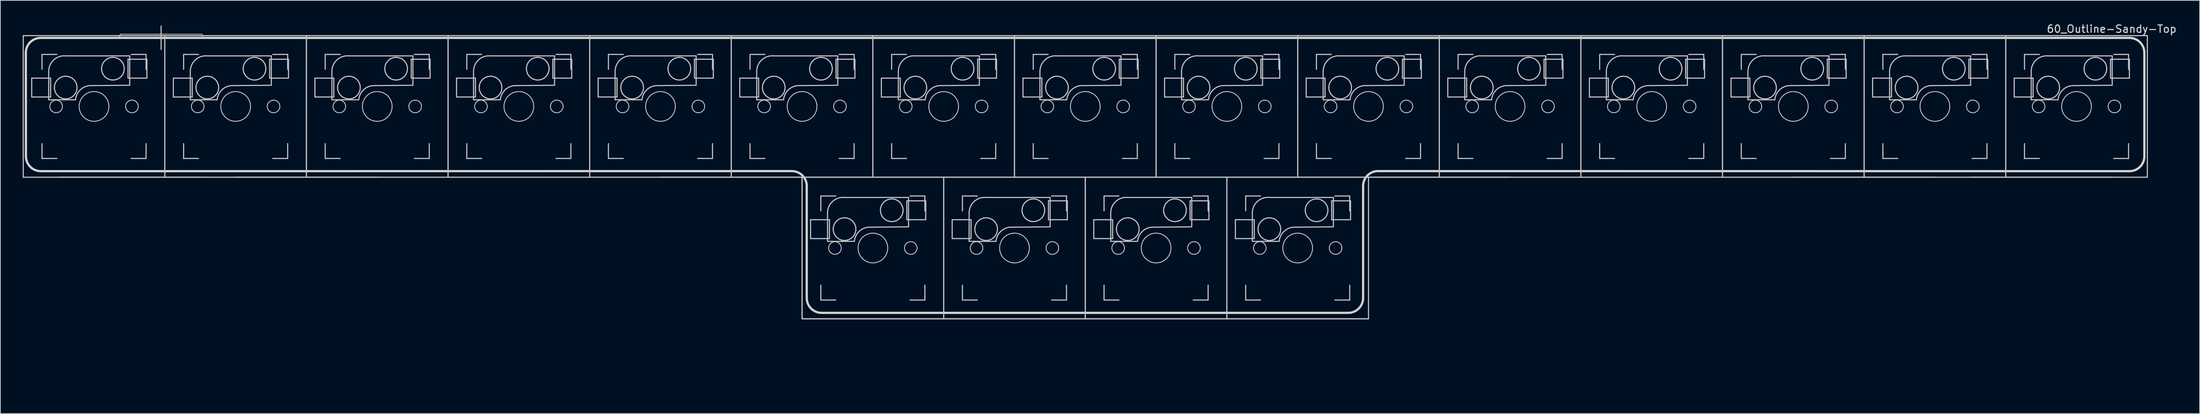
<source format=kicad_pcb>
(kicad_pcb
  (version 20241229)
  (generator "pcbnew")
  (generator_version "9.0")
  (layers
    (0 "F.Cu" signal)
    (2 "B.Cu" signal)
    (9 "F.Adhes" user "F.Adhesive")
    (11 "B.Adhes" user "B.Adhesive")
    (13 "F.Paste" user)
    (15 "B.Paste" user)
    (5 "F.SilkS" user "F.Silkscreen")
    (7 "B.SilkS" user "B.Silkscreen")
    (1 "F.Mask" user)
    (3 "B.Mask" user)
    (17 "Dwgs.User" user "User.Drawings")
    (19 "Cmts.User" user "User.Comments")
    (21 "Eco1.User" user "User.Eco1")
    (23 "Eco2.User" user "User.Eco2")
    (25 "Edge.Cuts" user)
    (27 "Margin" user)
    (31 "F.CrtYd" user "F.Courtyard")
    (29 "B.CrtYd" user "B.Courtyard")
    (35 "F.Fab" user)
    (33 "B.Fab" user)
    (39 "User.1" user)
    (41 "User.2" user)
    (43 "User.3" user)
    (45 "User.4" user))
  (footprint "60_Outline-Sandy-Top"
    (layer "F.Cu")
    (at 142.925 49.348)
    (property "Reference" "60_Outline-Sandy-Top" (at 138.1 -48.5 0) (layer "Edge.Cuts") (effects (font (size 1 1) (thickness 0.15))))
    (attr through_hole)
    (fp_line (start -142.85 -47.6) (end -123.8 -47.6) (stroke (width 0.15) (type solid)) (layer "Dwgs.User"))
    (fp_line (start -142.85 -28.55) (end -142.85 -47.6) (stroke (width 0.15) (type solid)) (layer "Dwgs.User"))
    (fp_line (start -141.707 -41.885) (end -141.707 -39.345) (stroke (width 0.15) (type solid)) (layer "Dwgs.User"))
    (fp_line (start -141.707 -39.345) (end -139.167 -39.345) (stroke (width 0.15) (type solid)) (layer "Dwgs.User"))
    (fp_line (start -140.325 -45.075) (end -140.325 -43.075) (stroke (width 0.15) (type solid)) (layer "Dwgs.User"))
    (fp_line (start -140.325 -33.075) (end -140.325 -31.075) (stroke (width 0.15) (type solid)) (layer "Dwgs.User"))
    (fp_line (start -140.325 -31.075) (end -138.325 -31.075) (stroke (width 0.15) (type solid)) (layer "Dwgs.User"))
    (fp_line (start -139.425 -42.925) (end -139.425 -38.98) (stroke (width 0.15) (type solid)) (layer "Dwgs.User"))
    (fp_line (start -139.425 -38.971) (end -135.815 -38.971) (stroke (width 0.15) (type solid)) (layer "Dwgs.User"))
    (fp_line (start -139.167 -41.885) (end -141.707 -41.885) (stroke (width 0.15) (type solid)) (layer "Dwgs.User"))
    (fp_line (start -139.167 -39.345) (end -139.167 -41.885) (stroke (width 0.15) (type solid)) (layer "Dwgs.User"))
    (fp_line (start -138.325 -45.075) (end -140.325 -45.075) (stroke (width 0.15) (type solid)) (layer "Dwgs.User"))
    (fp_line (start -138.088 -28.55) (end -119.037 -28.55) (stroke (width 0.15) (type solid)) (layer "Dwgs.User"))
    (fp_line (start -129.8 -47.8) (end -118.8 -47.8) (stroke (width 0.1) (type solid)) (layer "Dwgs.User"))
    (fp_line (start -128.753 -44.425) (end -126.213 -44.425) (stroke (width 0.15) (type solid)) (layer "Dwgs.User"))
    (fp_line (start -128.753 -41.885) (end -128.753 -44.425) (stroke (width 0.15) (type solid)) (layer "Dwgs.User"))
    (fp_line (start -128.525 -44.879) (end -137.15 -44.879) (stroke (width 0.15) (type solid)) (layer "Dwgs.User"))
    (fp_line (start -128.525 -40.971) (end -128.525 -44.879) (stroke (width 0.15) (type solid)) (layer "Dwgs.User"))
    (fp_line (start -128.525 -40.925) (end -133.575 -40.879) (stroke (width 0.15) (type solid)) (layer "Dwgs.User"))
    (fp_line (start -128.325 -45.075) (end -126.325 -45.075) (stroke (width 0.15) (type solid)) (layer "Dwgs.User"))
    (fp_line (start -128.325 -31.075) (end -126.325 -31.075) (stroke (width 0.15) (type solid)) (layer "Dwgs.User"))
    (fp_line (start -126.325 -45.075) (end -126.325 -43.075) (stroke (width 0.15) (type solid)) (layer "Dwgs.User"))
    (fp_line (start -126.325 -31.075) (end -126.325 -33.075) (stroke (width 0.15) (type solid)) (layer "Dwgs.User"))
    (fp_line (start -126.213 -44.425) (end -126.213 -41.885) (stroke (width 0.15) (type solid)) (layer "Dwgs.User"))
    (fp_line (start -126.213 -41.885) (end -128.753 -41.885) (stroke (width 0.15) (type solid)) (layer "Dwgs.User"))
    (fp_line (start -124.3 -48.9) (end -124.3 -45.75) (stroke (width 0.15) (type solid)) (layer "Dwgs.User"))
    (fp_line (start -123.8 -47.6) (end -123.8 -28.55) (stroke (width 0.15) (type solid)) (layer "Dwgs.User"))
    (fp_line (start -123.8 -47.6) (end -104.75 -47.6) (stroke (width 0.15) (type solid)) (layer "Dwgs.User"))
    (fp_line (start -123.8 -28.55) (end -142.85 -28.55) (stroke (width 0.15) (type solid)) (layer "Dwgs.User"))
    (fp_line (start -123.8 -28.55) (end -123.8 -47.6) (stroke (width 0.15) (type solid)) (layer "Dwgs.User"))
    (fp_line (start -122.657 -41.885) (end -122.657 -39.345) (stroke (width 0.15) (type solid)) (layer "Dwgs.User"))
    (fp_line (start -122.657 -39.345) (end -120.117 -39.345) (stroke (width 0.15) (type solid)) (layer "Dwgs.User"))
    (fp_line (start -121.275 -45.075) (end -121.275 -43.075) (stroke (width 0.15) (type solid)) (layer "Dwgs.User"))
    (fp_line (start -121.275 -33.075) (end -121.275 -31.075) (stroke (width 0.15) (type solid)) (layer "Dwgs.User"))
    (fp_line (start -121.275 -31.075) (end -119.275 -31.075) (stroke (width 0.15) (type solid)) (layer "Dwgs.User"))
    (fp_line (start -120.375 -42.925) (end -120.375 -38.98) (stroke (width 0.15) (type solid)) (layer "Dwgs.User"))
    (fp_line (start -120.375 -38.971) (end -116.765 -38.971) (stroke (width 0.15) (type solid)) (layer "Dwgs.User"))
    (fp_line (start -120.117 -41.885) (end -122.657 -41.885) (stroke (width 0.15) (type solid)) (layer "Dwgs.User"))
    (fp_line (start -120.117 -39.345) (end -120.117 -41.885) (stroke (width 0.15) (type solid)) (layer "Dwgs.User"))
    (fp_line (start -119.275 -45.075) (end -121.275 -45.075) (stroke (width 0.15) (type solid)) (layer "Dwgs.User"))
    (fp_line (start -114.275 -28.55) (end -95.225 -28.55) (stroke (width 0.15) (type solid)) (layer "Dwgs.User"))
    (fp_line (start -109.703 -44.425) (end -107.163 -44.425) (stroke (width 0.15) (type solid)) (layer "Dwgs.User"))
    (fp_line (start -109.703 -41.885) (end -109.703 -44.425) (stroke (width 0.15) (type solid)) (layer "Dwgs.User"))
    (fp_line (start -109.475 -44.879) (end -118.1 -44.879) (stroke (width 0.15) (type solid)) (layer "Dwgs.User"))
    (fp_line (start -109.475 -40.971) (end -109.475 -44.879) (stroke (width 0.15) (type solid)) (layer "Dwgs.User"))
    (fp_line (start -109.475 -40.925) (end -114.525 -40.879) (stroke (width 0.15) (type solid)) (layer "Dwgs.User"))
    (fp_line (start -109.275 -45.075) (end -107.275 -45.075) (stroke (width 0.15) (type solid)) (layer "Dwgs.User"))
    (fp_line (start -109.275 -31.075) (end -107.275 -31.075) (stroke (width 0.15) (type solid)) (layer "Dwgs.User"))
    (fp_line (start -107.275 -45.075) (end -107.275 -43.075) (stroke (width 0.15) (type solid)) (layer "Dwgs.User"))
    (fp_line (start -107.275 -31.075) (end -107.275 -33.075) (stroke (width 0.15) (type solid)) (layer "Dwgs.User"))
    (fp_line (start -107.163 -44.425) (end -107.163 -41.885) (stroke (width 0.15) (type solid)) (layer "Dwgs.User"))
    (fp_line (start -107.163 -41.885) (end -109.703 -41.885) (stroke (width 0.15) (type solid)) (layer "Dwgs.User"))
    (fp_line (start -104.75 -47.6) (end -104.75 -28.55) (stroke (width 0.15) (type solid)) (layer "Dwgs.User"))
    (fp_line (start -104.75 -47.6) (end -85.7 -47.6) (stroke (width 0.15) (type solid)) (layer "Dwgs.User"))
    (fp_line (start -104.75 -28.55) (end -123.8 -28.55) (stroke (width 0.15) (type solid)) (layer "Dwgs.User"))
    (fp_line (start -104.75 -28.55) (end -104.75 -47.6) (stroke (width 0.15) (type solid)) (layer "Dwgs.User"))
    (fp_line (start -103.607 -41.885) (end -103.607 -39.345) (stroke (width 0.15) (type solid)) (layer "Dwgs.User"))
    (fp_line (start -103.607 -39.345) (end -101.067 -39.345) (stroke (width 0.15) (type solid)) (layer "Dwgs.User"))
    (fp_line (start -102.225 -45.075) (end -102.225 -43.075) (stroke (width 0.15) (type solid)) (layer "Dwgs.User"))
    (fp_line (start -102.225 -33.075) (end -102.225 -31.075) (stroke (width 0.15) (type solid)) (layer "Dwgs.User"))
    (fp_line (start -102.225 -31.075) (end -100.225 -31.075) (stroke (width 0.15) (type solid)) (layer "Dwgs.User"))
    (fp_line (start -101.325 -42.925) (end -101.325 -38.98) (stroke (width 0.15) (type solid)) (layer "Dwgs.User"))
    (fp_line (start -101.325 -38.971) (end -97.715 -38.971) (stroke (width 0.15) (type solid)) (layer "Dwgs.User"))
    (fp_line (start -101.067 -41.885) (end -103.607 -41.885) (stroke (width 0.15) (type solid)) (layer "Dwgs.User"))
    (fp_line (start -101.067 -39.345) (end -101.067 -41.885) (stroke (width 0.15) (type solid)) (layer "Dwgs.User"))
    (fp_line (start -100.225 -45.075) (end -102.225 -45.075) (stroke (width 0.15) (type solid)) (layer "Dwgs.User"))
    (fp_line (start -90.653 -44.425) (end -88.113 -44.425) (stroke (width 0.15) (type solid)) (layer "Dwgs.User"))
    (fp_line (start -90.653 -41.885) (end -90.653 -44.425) (stroke (width 0.15) (type solid)) (layer "Dwgs.User"))
    (fp_line (start -90.425 -44.879) (end -99.05 -44.879) (stroke (width 0.15) (type solid)) (layer "Dwgs.User"))
    (fp_line (start -90.425 -40.971) (end -90.425 -44.879) (stroke (width 0.15) (type solid)) (layer "Dwgs.User"))
    (fp_line (start -90.425 -40.925) (end -95.475 -40.879) (stroke (width 0.15) (type solid)) (layer "Dwgs.User"))
    (fp_line (start -90.225 -45.075) (end -88.225 -45.075) (stroke (width 0.15) (type solid)) (layer "Dwgs.User"))
    (fp_line (start -90.225 -31.075) (end -88.225 -31.075) (stroke (width 0.15) (type solid)) (layer "Dwgs.User"))
    (fp_line (start -88.225 -45.075) (end -88.225 -43.075) (stroke (width 0.15) (type solid)) (layer "Dwgs.User"))
    (fp_line (start -88.225 -31.075) (end -88.225 -33.075) (stroke (width 0.15) (type solid)) (layer "Dwgs.User"))
    (fp_line (start -88.113 -44.425) (end -88.113 -41.885) (stroke (width 0.15) (type solid)) (layer "Dwgs.User"))
    (fp_line (start -88.113 -41.885) (end -90.653 -41.885) (stroke (width 0.15) (type solid)) (layer "Dwgs.User"))
    (fp_line (start -85.7 -47.6) (end -85.7 -28.55) (stroke (width 0.15) (type solid)) (layer "Dwgs.User"))
    (fp_line (start -85.7 -47.6) (end -66.65 -47.6) (stroke (width 0.15) (type solid)) (layer "Dwgs.User"))
    (fp_line (start -85.7 -28.55) (end -104.75 -28.55) (stroke (width 0.15) (type solid)) (layer "Dwgs.User"))
    (fp_line (start -85.7 -28.55) (end -85.7 -47.6) (stroke (width 0.15) (type solid)) (layer "Dwgs.User"))
    (fp_line (start -84.557 -41.885) (end -84.557 -39.345) (stroke (width 0.15) (type solid)) (layer "Dwgs.User"))
    (fp_line (start -84.557 -39.345) (end -82.017 -39.345) (stroke (width 0.15) (type solid)) (layer "Dwgs.User"))
    (fp_line (start -83.175 -45.075) (end -83.175 -43.075) (stroke (width 0.15) (type solid)) (layer "Dwgs.User"))
    (fp_line (start -83.175 -33.075) (end -83.175 -31.075) (stroke (width 0.15) (type solid)) (layer "Dwgs.User"))
    (fp_line (start -83.175 -31.075) (end -81.175 -31.075) (stroke (width 0.15) (type solid)) (layer "Dwgs.User"))
    (fp_line (start -82.275 -42.925) (end -82.275 -38.98) (stroke (width 0.15) (type solid)) (layer "Dwgs.User"))
    (fp_line (start -82.275 -38.971) (end -78.665 -38.971) (stroke (width 0.15) (type solid)) (layer "Dwgs.User"))
    (fp_line (start -82.017 -41.885) (end -84.557 -41.885) (stroke (width 0.15) (type solid)) (layer "Dwgs.User"))
    (fp_line (start -82.017 -39.345) (end -82.017 -41.885) (stroke (width 0.15) (type solid)) (layer "Dwgs.User"))
    (fp_line (start -81.175 -45.075) (end -83.175 -45.075) (stroke (width 0.15) (type solid)) (layer "Dwgs.User"))
    (fp_line (start -71.603 -44.425) (end -69.063 -44.425) (stroke (width 0.15) (type solid)) (layer "Dwgs.User"))
    (fp_line (start -71.603 -41.885) (end -71.603 -44.425) (stroke (width 0.15) (type solid)) (layer "Dwgs.User"))
    (fp_line (start -71.375 -44.879) (end -80 -44.879) (stroke (width 0.15) (type solid)) (layer "Dwgs.User"))
    (fp_line (start -71.375 -40.971) (end -71.375 -44.879) (stroke (width 0.15) (type solid)) (layer "Dwgs.User"))
    (fp_line (start -71.375 -40.925) (end -76.425 -40.879) (stroke (width 0.15) (type solid)) (layer "Dwgs.User"))
    (fp_line (start -71.175 -45.075) (end -69.175 -45.075) (stroke (width 0.15) (type solid)) (layer "Dwgs.User"))
    (fp_line (start -71.175 -31.075) (end -69.175 -31.075) (stroke (width 0.15) (type solid)) (layer "Dwgs.User"))
    (fp_line (start -69.175 -45.075) (end -69.175 -43.075) (stroke (width 0.15) (type solid)) (layer "Dwgs.User"))
    (fp_line (start -69.175 -31.075) (end -69.175 -33.075) (stroke (width 0.15) (type solid)) (layer "Dwgs.User"))
    (fp_line (start -69.063 -44.425) (end -69.063 -41.885) (stroke (width 0.15) (type solid)) (layer "Dwgs.User"))
    (fp_line (start -69.063 -41.885) (end -71.603 -41.885) (stroke (width 0.15) (type solid)) (layer "Dwgs.User"))
    (fp_line (start -66.65 -47.6) (end -66.65 -28.55) (stroke (width 0.15) (type solid)) (layer "Dwgs.User"))
    (fp_line (start -66.65 -47.6) (end -47.6 -47.6) (stroke (width 0.15) (type solid)) (layer "Dwgs.User"))
    (fp_line (start -66.65 -28.55) (end -85.7 -28.55) (stroke (width 0.15) (type solid)) (layer "Dwgs.User"))
    (fp_line (start -66.65 -28.55) (end -66.65 -47.6) (stroke (width 0.15) (type solid)) (layer "Dwgs.User"))
    (fp_line (start -65.507 -41.885) (end -65.507 -39.345) (stroke (width 0.15) (type solid)) (layer "Dwgs.User"))
    (fp_line (start -65.507 -39.345) (end -62.967 -39.345) (stroke (width 0.15) (type solid)) (layer "Dwgs.User"))
    (fp_line (start -64.125 -45.075) (end -64.125 -43.075) (stroke (width 0.15) (type solid)) (layer "Dwgs.User"))
    (fp_line (start -64.125 -33.075) (end -64.125 -31.075) (stroke (width 0.15) (type solid)) (layer "Dwgs.User"))
    (fp_line (start -64.125 -31.075) (end -62.125 -31.075) (stroke (width 0.15) (type solid)) (layer "Dwgs.User"))
    (fp_line (start -63.225 -42.925) (end -63.225 -38.98) (stroke (width 0.15) (type solid)) (layer "Dwgs.User"))
    (fp_line (start -63.225 -38.971) (end -59.615 -38.971) (stroke (width 0.15) (type solid)) (layer "Dwgs.User"))
    (fp_line (start -62.967 -41.885) (end -65.507 -41.885) (stroke (width 0.15) (type solid)) (layer "Dwgs.User"))
    (fp_line (start -62.967 -39.345) (end -62.967 -41.885) (stroke (width 0.15) (type solid)) (layer "Dwgs.User"))
    (fp_line (start -62.125 -45.075) (end -64.125 -45.075) (stroke (width 0.15) (type solid)) (layer "Dwgs.User"))
    (fp_line (start -57.125 -28.55) (end -38.075 -28.55) (stroke (width 0.15) (type solid)) (layer "Dwgs.User"))
    (fp_line (start -52.553 -44.425) (end -50.013 -44.425) (stroke (width 0.15) (type solid)) (layer "Dwgs.User"))
    (fp_line (start -52.553 -41.885) (end -52.553 -44.425) (stroke (width 0.15) (type solid)) (layer "Dwgs.User"))
    (fp_line (start -52.325 -44.879) (end -60.95 -44.879) (stroke (width 0.15) (type solid)) (layer "Dwgs.User"))
    (fp_line (start -52.325 -40.971) (end -52.325 -44.879) (stroke (width 0.15) (type solid)) (layer "Dwgs.User"))
    (fp_line (start -52.325 -40.925) (end -57.375 -40.879) (stroke (width 0.15) (type solid)) (layer "Dwgs.User"))
    (fp_line (start -52.125 -45.075) (end -50.125 -45.075) (stroke (width 0.15) (type solid)) (layer "Dwgs.User"))
    (fp_line (start -52.125 -31.075) (end -50.125 -31.075) (stroke (width 0.15) (type solid)) (layer "Dwgs.User"))
    (fp_line (start -50.125 -45.075) (end -50.125 -43.075) (stroke (width 0.15) (type solid)) (layer "Dwgs.User"))
    (fp_line (start -50.125 -31.075) (end -50.125 -33.075) (stroke (width 0.15) (type solid)) (layer "Dwgs.User"))
    (fp_line (start -50.013 -44.425) (end -50.013 -41.885) (stroke (width 0.15) (type solid)) (layer "Dwgs.User"))
    (fp_line (start -50.013 -41.885) (end -52.553 -41.885) (stroke (width 0.15) (type solid)) (layer "Dwgs.User"))
    (fp_line (start -47.6 -47.6) (end -47.6 -28.55) (stroke (width 0.15) (type solid)) (layer "Dwgs.User"))
    (fp_line (start -47.6 -47.6) (end -28.55 -47.6) (stroke (width 0.15) (type solid)) (layer "Dwgs.User"))
    (fp_line (start -47.6 -28.55) (end -66.65 -28.55) (stroke (width 0.15) (type solid)) (layer "Dwgs.User"))
    (fp_line (start -47.6 -28.55) (end -47.6 -47.6) (stroke (width 0.15) (type solid)) (layer "Dwgs.User"))
    (fp_line (start -46.457 -41.885) (end -46.457 -39.345) (stroke (width 0.15) (type solid)) (layer "Dwgs.User"))
    (fp_line (start -46.457 -39.345) (end -43.917 -39.345) (stroke (width 0.15) (type solid)) (layer "Dwgs.User"))
    (fp_line (start -45.075 -45.075) (end -45.075 -43.075) (stroke (width 0.15) (type solid)) (layer "Dwgs.User"))
    (fp_line (start -45.075 -33.075) (end -45.075 -31.075) (stroke (width 0.15) (type solid)) (layer "Dwgs.User"))
    (fp_line (start -45.075 -31.075) (end -43.075 -31.075) (stroke (width 0.15) (type solid)) (layer "Dwgs.User"))
    (fp_line (start -44.175 -42.925) (end -44.175 -38.98) (stroke (width 0.15) (type solid)) (layer "Dwgs.User"))
    (fp_line (start -44.175 -38.971) (end -40.565 -38.971) (stroke (width 0.15) (type solid)) (layer "Dwgs.User"))
    (fp_line (start -43.917 -41.885) (end -46.457 -41.885) (stroke (width 0.15) (type solid)) (layer "Dwgs.User"))
    (fp_line (start -43.917 -39.345) (end -43.917 -41.885) (stroke (width 0.15) (type solid)) (layer "Dwgs.User"))
    (fp_line (start -43.075 -45.075) (end -45.075 -45.075) (stroke (width 0.15) (type solid)) (layer "Dwgs.User"))
    (fp_line (start -38.075 -28.55) (end -38.075 -9.5) (stroke (width 0.15) (type solid)) (layer "Dwgs.User"))
    (fp_line (start -38.075 -28.55) (end -19.025 -28.55) (stroke (width 0.15) (type solid)) (layer "Dwgs.User"))
    (fp_line (start -38.075 -9.5) (end -38.075 -28.55) (stroke (width 0.15) (type solid)) (layer "Dwgs.User"))
    (fp_line (start -38.075 -9.5) (end -19.025 -9.5) (stroke (width 0.15) (type solid)) (layer "Dwgs.User"))
    (fp_line (start -36.932 -22.835) (end -36.932 -20.295) (stroke (width 0.15) (type solid)) (layer "Dwgs.User"))
    (fp_line (start -36.932 -20.295) (end -34.392 -20.295) (stroke (width 0.15) (type solid)) (layer "Dwgs.User"))
    (fp_line (start -35.55 -26.025) (end -35.55 -24.025) (stroke (width 0.15) (type solid)) (layer "Dwgs.User"))
    (fp_line (start -35.55 -14.025) (end -35.55 -12.025) (stroke (width 0.15) (type solid)) (layer "Dwgs.User"))
    (fp_line (start -35.55 -12.025) (end -33.55 -12.025) (stroke (width 0.15) (type solid)) (layer "Dwgs.User"))
    (fp_line (start -34.65 -23.875) (end -34.65 -19.93) (stroke (width 0.15) (type solid)) (layer "Dwgs.User"))
    (fp_line (start -34.65 -19.921) (end -31.04 -19.921) (stroke (width 0.15) (type solid)) (layer "Dwgs.User"))
    (fp_line (start -34.392 -22.835) (end -36.932 -22.835) (stroke (width 0.15) (type solid)) (layer "Dwgs.User"))
    (fp_line (start -34.392 -20.295) (end -34.392 -22.835) (stroke (width 0.15) (type solid)) (layer "Dwgs.User"))
    (fp_line (start -33.55 -26.025) (end -35.55 -26.025) (stroke (width 0.15) (type solid)) (layer "Dwgs.User"))
    (fp_line (start -33.503 -44.425) (end -30.963 -44.425) (stroke (width 0.15) (type solid)) (layer "Dwgs.User"))
    (fp_line (start -33.503 -41.885) (end -33.503 -44.425) (stroke (width 0.15) (type solid)) (layer "Dwgs.User"))
    (fp_line (start -33.275 -44.879) (end -41.9 -44.879) (stroke (width 0.15) (type solid)) (layer "Dwgs.User"))
    (fp_line (start -33.275 -40.971) (end -33.275 -44.879) (stroke (width 0.15) (type solid)) (layer "Dwgs.User"))
    (fp_line (start -33.275 -40.925) (end -38.325 -40.879) (stroke (width 0.15) (type solid)) (layer "Dwgs.User"))
    (fp_line (start -33.075 -45.075) (end -31.075 -45.075) (stroke (width 0.15) (type solid)) (layer "Dwgs.User"))
    (fp_line (start -33.075 -31.075) (end -31.075 -31.075) (stroke (width 0.15) (type solid)) (layer "Dwgs.User"))
    (fp_line (start -31.075 -45.075) (end -31.075 -43.075) (stroke (width 0.15) (type solid)) (layer "Dwgs.User"))
    (fp_line (start -31.075 -31.075) (end -31.075 -33.075) (stroke (width 0.15) (type solid)) (layer "Dwgs.User"))
    (fp_line (start -30.963 -44.425) (end -30.963 -41.885) (stroke (width 0.15) (type solid)) (layer "Dwgs.User"))
    (fp_line (start -30.963 -41.885) (end -33.503 -41.885) (stroke (width 0.15) (type solid)) (layer "Dwgs.User"))
    (fp_line (start -28.55 -47.6) (end -28.55 -28.55) (stroke (width 0.15) (type solid)) (layer "Dwgs.User"))
    (fp_line (start -28.55 -47.6) (end -9.5 -47.6) (stroke (width 0.15) (type solid)) (layer "Dwgs.User"))
    (fp_line (start -28.55 -28.55) (end -47.6 -28.55) (stroke (width 0.15) (type solid)) (layer "Dwgs.User"))
    (fp_line (start -28.55 -28.55) (end -28.55 -47.6) (stroke (width 0.15) (type solid)) (layer "Dwgs.User"))
    (fp_line (start -27.407 -41.885) (end -27.407 -39.345) (stroke (width 0.15) (type solid)) (layer "Dwgs.User"))
    (fp_line (start -27.407 -39.345) (end -24.867 -39.345) (stroke (width 0.15) (type solid)) (layer "Dwgs.User"))
    (fp_line (start -26.025 -45.075) (end -26.025 -43.075) (stroke (width 0.15) (type solid)) (layer "Dwgs.User"))
    (fp_line (start -26.025 -33.075) (end -26.025 -31.075) (stroke (width 0.15) (type solid)) (layer "Dwgs.User"))
    (fp_line (start -26.025 -31.075) (end -24.025 -31.075) (stroke (width 0.15) (type solid)) (layer "Dwgs.User"))
    (fp_line (start -25.125 -42.925) (end -25.125 -38.98) (stroke (width 0.15) (type solid)) (layer "Dwgs.User"))
    (fp_line (start -25.125 -38.971) (end -21.515 -38.971) (stroke (width 0.15) (type solid)) (layer "Dwgs.User"))
    (fp_line (start -24.867 -41.885) (end -27.407 -41.885) (stroke (width 0.15) (type solid)) (layer "Dwgs.User"))
    (fp_line (start -24.867 -39.345) (end -24.867 -41.885) (stroke (width 0.15) (type solid)) (layer "Dwgs.User"))
    (fp_line (start -24.025 -45.075) (end -26.025 -45.075) (stroke (width 0.15) (type solid)) (layer "Dwgs.User"))
    (fp_line (start -23.978 -25.375) (end -21.438 -25.375) (stroke (width 0.15) (type solid)) (layer "Dwgs.User"))
    (fp_line (start -23.978 -22.835) (end -23.978 -25.375) (stroke (width 0.15) (type solid)) (layer "Dwgs.User"))
    (fp_line (start -23.75 -25.829) (end -32.375 -25.829) (stroke (width 0.15) (type solid)) (layer "Dwgs.User"))
    (fp_line (start -23.75 -21.921) (end -23.75 -25.829) (stroke (width 0.15) (type solid)) (layer "Dwgs.User"))
    (fp_line (start -23.75 -21.875) (end -28.8 -21.829) (stroke (width 0.15) (type solid)) (layer "Dwgs.User"))
    (fp_line (start -23.55 -26.025) (end -21.55 -26.025) (stroke (width 0.15) (type solid)) (layer "Dwgs.User"))
    (fp_line (start -23.55 -12.025) (end -21.55 -12.025) (stroke (width 0.15) (type solid)) (layer "Dwgs.User"))
    (fp_line (start -21.55 -26.025) (end -21.55 -24.025) (stroke (width 0.15) (type solid)) (layer "Dwgs.User"))
    (fp_line (start -21.55 -12.025) (end -21.55 -14.025) (stroke (width 0.15) (type solid)) (layer "Dwgs.User"))
    (fp_line (start -21.438 -25.375) (end -21.438 -22.835) (stroke (width 0.15) (type solid)) (layer "Dwgs.User"))
    (fp_line (start -21.438 -22.835) (end -23.978 -22.835) (stroke (width 0.15) (type solid)) (layer "Dwgs.User"))
    (fp_line (start -19.025 -28.55) (end -19.025 -9.5) (stroke (width 0.15) (type solid)) (layer "Dwgs.User"))
    (fp_line (start -19.025 -28.55) (end 0.025 -28.55) (stroke (width 0.15) (type solid)) (layer "Dwgs.User"))
    (fp_line (start -19.025 -9.5) (end -38.075 -9.5) (stroke (width 0.15) (type solid)) (layer "Dwgs.User"))
    (fp_line (start -19.025 -9.5) (end -19.025 -28.55) (stroke (width 0.15) (type solid)) (layer "Dwgs.User"))
    (fp_line (start -19.025 -9.5) (end 0.025 -9.5) (stroke (width 0.15) (type solid)) (layer "Dwgs.User"))
    (fp_line (start -17.882 -22.835) (end -17.882 -20.295) (stroke (width 0.15) (type solid)) (layer "Dwgs.User"))
    (fp_line (start -17.882 -20.295) (end -15.342 -20.295) (stroke (width 0.15) (type solid)) (layer "Dwgs.User"))
    (fp_line (start -16.5 -26.025) (end -16.5 -24.025) (stroke (width 0.15) (type solid)) (layer "Dwgs.User"))
    (fp_line (start -16.5 -14.025) (end -16.5 -12.025) (stroke (width 0.15) (type solid)) (layer "Dwgs.User"))
    (fp_line (start -16.5 -12.025) (end -14.5 -12.025) (stroke (width 0.15) (type solid)) (layer "Dwgs.User"))
    (fp_line (start -15.6 -23.875) (end -15.6 -19.93) (stroke (width 0.15) (type solid)) (layer "Dwgs.User"))
    (fp_line (start -15.6 -19.921) (end -11.99 -19.921) (stroke (width 0.15) (type solid)) (layer "Dwgs.User"))
    (fp_line (start -15.342 -22.835) (end -17.882 -22.835) (stroke (width 0.15) (type solid)) (layer "Dwgs.User"))
    (fp_line (start -15.342 -20.295) (end -15.342 -22.835) (stroke (width 0.15) (type solid)) (layer "Dwgs.User"))
    (fp_line (start -14.5 -26.025) (end -16.5 -26.025) (stroke (width 0.15) (type solid)) (layer "Dwgs.User"))
    (fp_line (start -14.453 -44.425) (end -11.913 -44.425) (stroke (width 0.15) (type solid)) (layer "Dwgs.User"))
    (fp_line (start -14.453 -41.885) (end -14.453 -44.425) (stroke (width 0.15) (type solid)) (layer "Dwgs.User"))
    (fp_line (start -14.225 -44.879) (end -22.85 -44.879) (stroke (width 0.15) (type solid)) (layer "Dwgs.User"))
    (fp_line (start -14.225 -40.971) (end -14.225 -44.879) (stroke (width 0.15) (type solid)) (layer "Dwgs.User"))
    (fp_line (start -14.225 -40.925) (end -19.275 -40.879) (stroke (width 0.15) (type solid)) (layer "Dwgs.User"))
    (fp_line (start -14.025 -45.075) (end -12.025 -45.075) (stroke (width 0.15) (type solid)) (layer "Dwgs.User"))
    (fp_line (start -14.025 -31.075) (end -12.025 -31.075) (stroke (width 0.15) (type solid)) (layer "Dwgs.User"))
    (fp_line (start -12.025 -45.075) (end -12.025 -43.075) (stroke (width 0.15) (type solid)) (layer "Dwgs.User"))
    (fp_line (start -12.025 -31.075) (end -12.025 -33.075) (stroke (width 0.15) (type solid)) (layer "Dwgs.User"))
    (fp_line (start -11.913 -44.425) (end -11.913 -41.885) (stroke (width 0.15) (type solid)) (layer "Dwgs.User"))
    (fp_line (start -11.913 -41.885) (end -14.453 -41.885) (stroke (width 0.15) (type solid)) (layer "Dwgs.User"))
    (fp_line (start -9.5 -47.6) (end -9.5 -28.55) (stroke (width 0.15) (type solid)) (layer "Dwgs.User"))
    (fp_line (start -9.5 -47.6) (end 9.55 -47.6) (stroke (width 0.15) (type solid)) (layer "Dwgs.User"))
    (fp_line (start -9.5 -28.55) (end -28.55 -28.55) (stroke (width 0.15) (type solid)) (layer "Dwgs.User"))
    (fp_line (start -9.5 -28.55) (end -9.5 -47.6) (stroke (width 0.15) (type solid)) (layer "Dwgs.User"))
    (fp_line (start -8.357 -41.885) (end -8.357 -39.345) (stroke (width 0.15) (type solid)) (layer "Dwgs.User"))
    (fp_line (start -8.357 -39.345) (end -5.817 -39.345) (stroke (width 0.15) (type solid)) (layer "Dwgs.User"))
    (fp_line (start -6.975 -45.075) (end -6.975 -43.075) (stroke (width 0.15) (type solid)) (layer "Dwgs.User"))
    (fp_line (start -6.975 -33.075) (end -6.975 -31.075) (stroke (width 0.15) (type solid)) (layer "Dwgs.User"))
    (fp_line (start -6.975 -31.075) (end -4.975 -31.075) (stroke (width 0.15) (type solid)) (layer "Dwgs.User"))
    (fp_line (start -6.075 -42.925) (end -6.075 -38.98) (stroke (width 0.15) (type solid)) (layer "Dwgs.User"))
    (fp_line (start -6.075 -38.971) (end -2.465 -38.971) (stroke (width 0.15) (type solid)) (layer "Dwgs.User"))
    (fp_line (start -5.817 -41.885) (end -8.357 -41.885) (stroke (width 0.15) (type solid)) (layer "Dwgs.User"))
    (fp_line (start -5.817 -39.345) (end -5.817 -41.885) (stroke (width 0.15) (type solid)) (layer "Dwgs.User"))
    (fp_line (start -4.975 -45.075) (end -6.975 -45.075) (stroke (width 0.15) (type solid)) (layer "Dwgs.User"))
    (fp_line (start -4.928 -25.375) (end -2.388 -25.375) (stroke (width 0.15) (type solid)) (layer "Dwgs.User"))
    (fp_line (start -4.928 -22.835) (end -4.928 -25.375) (stroke (width 0.15) (type solid)) (layer "Dwgs.User"))
    (fp_line (start -4.7 -25.829) (end -13.325 -25.829) (stroke (width 0.15) (type solid)) (layer "Dwgs.User"))
    (fp_line (start -4.7 -21.921) (end -4.7 -25.829) (stroke (width 0.15) (type solid)) (layer "Dwgs.User"))
    (fp_line (start -4.7 -21.875) (end -9.75 -21.829) (stroke (width 0.15) (type solid)) (layer "Dwgs.User"))
    (fp_line (start -4.5 -26.025) (end -2.5 -26.025) (stroke (width 0.15) (type solid)) (layer "Dwgs.User"))
    (fp_line (start -4.5 -12.025) (end -2.5 -12.025) (stroke (width 0.15) (type solid)) (layer "Dwgs.User"))
    (fp_line (start -2.5 -26.025) (end -2.5 -24.025) (stroke (width 0.15) (type solid)) (layer "Dwgs.User"))
    (fp_line (start -2.5 -12.025) (end -2.5 -14.025) (stroke (width 0.15) (type solid)) (layer "Dwgs.User"))
    (fp_line (start -2.388 -25.375) (end -2.388 -22.835) (stroke (width 0.15) (type solid)) (layer "Dwgs.User"))
    (fp_line (start -2.388 -22.835) (end -4.928 -22.835) (stroke (width 0.15) (type solid)) (layer "Dwgs.User"))
    (fp_line (start 0.025 -28.55) (end 0.025 -9.5) (stroke (width 0.15) (type solid)) (layer "Dwgs.User"))
    (fp_line (start 0.025 -28.55) (end 19.075 -28.55) (stroke (width 0.15) (type solid)) (layer "Dwgs.User"))
    (fp_line (start 0.025 -9.5) (end -19.025 -9.5) (stroke (width 0.15) (type solid)) (layer "Dwgs.User"))
    (fp_line (start 0.025 -9.5) (end 0.025 -28.55) (stroke (width 0.15) (type solid)) (layer "Dwgs.User"))
    (fp_line (start 0.025 -9.5) (end 19.075 -9.5) (stroke (width 0.15) (type solid)) (layer "Dwgs.User"))
    (fp_line (start 1.168 -22.835) (end 1.168 -20.295) (stroke (width 0.15) (type solid)) (layer "Dwgs.User"))
    (fp_line (start 1.168 -20.295) (end 3.708 -20.295) (stroke (width 0.15) (type solid)) (layer "Dwgs.User"))
    (fp_line (start 2.55 -26.025) (end 2.55 -24.025) (stroke (width 0.15) (type solid)) (layer "Dwgs.User"))
    (fp_line (start 2.55 -14.025) (end 2.55 -12.025) (stroke (width 0.15) (type solid)) (layer "Dwgs.User"))
    (fp_line (start 2.55 -12.025) (end 4.55 -12.025) (stroke (width 0.15) (type solid)) (layer "Dwgs.User"))
    (fp_line (start 3.45 -23.875) (end 3.45 -19.93) (stroke (width 0.15) (type solid)) (layer "Dwgs.User"))
    (fp_line (start 3.45 -19.921) (end 7.06 -19.921) (stroke (width 0.15) (type solid)) (layer "Dwgs.User"))
    (fp_line (start 3.708 -22.835) (end 1.168 -22.835) (stroke (width 0.15) (type solid)) (layer "Dwgs.User"))
    (fp_line (start 3.708 -20.295) (end 3.708 -22.835) (stroke (width 0.15) (type solid)) (layer "Dwgs.User"))
    (fp_line (start 4.55 -26.025) (end 2.55 -26.025) (stroke (width 0.15) (type solid)) (layer "Dwgs.User"))
    (fp_line (start 4.597 -44.425) (end 7.137 -44.425) (stroke (width 0.15) (type solid)) (layer "Dwgs.User"))
    (fp_line (start 4.597 -41.885) (end 4.597 -44.425) (stroke (width 0.15) (type solid)) (layer "Dwgs.User"))
    (fp_line (start 4.825 -44.879) (end -3.8 -44.879) (stroke (width 0.15) (type solid)) (layer "Dwgs.User"))
    (fp_line (start 4.825 -40.971) (end 4.825 -44.879) (stroke (width 0.15) (type solid)) (layer "Dwgs.User"))
    (fp_line (start 4.825 -40.925) (end -0.225 -40.879) (stroke (width 0.15) (type solid)) (layer "Dwgs.User"))
    (fp_line (start 5.025 -45.075) (end 7.025 -45.075) (stroke (width 0.15) (type solid)) (layer "Dwgs.User"))
    (fp_line (start 5.025 -31.075) (end 7.025 -31.075) (stroke (width 0.15) (type solid)) (layer "Dwgs.User"))
    (fp_line (start 7.025 -45.075) (end 7.025 -43.075) (stroke (width 0.15) (type solid)) (layer "Dwgs.User"))
    (fp_line (start 7.025 -31.075) (end 7.025 -33.075) (stroke (width 0.15) (type solid)) (layer "Dwgs.User"))
    (fp_line (start 7.137 -44.425) (end 7.137 -41.885) (stroke (width 0.15) (type solid)) (layer "Dwgs.User"))
    (fp_line (start 7.137 -41.885) (end 4.597 -41.885) (stroke (width 0.15) (type solid)) (layer "Dwgs.User"))
    (fp_line (start 9.55 -47.6) (end 9.55 -28.55) (stroke (width 0.15) (type solid)) (layer "Dwgs.User"))
    (fp_line (start 9.55 -47.6) (end 28.6 -47.6) (stroke (width 0.15) (type solid)) (layer "Dwgs.User"))
    (fp_line (start 9.55 -28.55) (end -9.5 -28.55) (stroke (width 0.15) (type solid)) (layer "Dwgs.User"))
    (fp_line (start 9.55 -28.55) (end 9.55 -47.6) (stroke (width 0.15) (type solid)) (layer "Dwgs.User"))
    (fp_line (start 10.693 -41.885) (end 10.693 -39.345) (stroke (width 0.15) (type solid)) (layer "Dwgs.User"))
    (fp_line (start 10.693 -39.345) (end 13.233 -39.345) (stroke (width 0.15) (type solid)) (layer "Dwgs.User"))
    (fp_line (start 12.075 -45.075) (end 12.075 -43.075) (stroke (width 0.15) (type solid)) (layer "Dwgs.User"))
    (fp_line (start 12.075 -33.075) (end 12.075 -31.075) (stroke (width 0.15) (type solid)) (layer "Dwgs.User"))
    (fp_line (start 12.075 -31.075) (end 14.075 -31.075) (stroke (width 0.15) (type solid)) (layer "Dwgs.User"))
    (fp_line (start 12.975 -42.925) (end 12.975 -38.98) (stroke (width 0.15) (type solid)) (layer "Dwgs.User"))
    (fp_line (start 12.975 -38.971) (end 16.585 -38.971) (stroke (width 0.15) (type solid)) (layer "Dwgs.User"))
    (fp_line (start 13.233 -41.885) (end 10.693 -41.885) (stroke (width 0.15) (type solid)) (layer "Dwgs.User"))
    (fp_line (start 13.233 -39.345) (end 13.233 -41.885) (stroke (width 0.15) (type solid)) (layer "Dwgs.User"))
    (fp_line (start 14.075 -45.075) (end 12.075 -45.075) (stroke (width 0.15) (type solid)) (layer "Dwgs.User"))
    (fp_line (start 14.122 -25.375) (end 16.662 -25.375) (stroke (width 0.15) (type solid)) (layer "Dwgs.User"))
    (fp_line (start 14.122 -22.835) (end 14.122 -25.375) (stroke (width 0.15) (type solid)) (layer "Dwgs.User"))
    (fp_line (start 14.35 -25.829) (end 5.725 -25.829) (stroke (width 0.15) (type solid)) (layer "Dwgs.User"))
    (fp_line (start 14.35 -21.921) (end 14.35 -25.829) (stroke (width 0.15) (type solid)) (layer "Dwgs.User"))
    (fp_line (start 14.35 -21.875) (end 9.3 -21.829) (stroke (width 0.15) (type solid)) (layer "Dwgs.User"))
    (fp_line (start 14.55 -26.025) (end 16.55 -26.025) (stroke (width 0.15) (type solid)) (layer "Dwgs.User"))
    (fp_line (start 14.55 -12.025) (end 16.55 -12.025) (stroke (width 0.15) (type solid)) (layer "Dwgs.User"))
    (fp_line (start 16.55 -26.025) (end 16.55 -24.025) (stroke (width 0.15) (type solid)) (layer "Dwgs.User"))
    (fp_line (start 16.55 -12.025) (end 16.55 -14.025) (stroke (width 0.15) (type solid)) (layer "Dwgs.User"))
    (fp_line (start 16.662 -25.375) (end 16.662 -22.835) (stroke (width 0.15) (type solid)) (layer "Dwgs.User"))
    (fp_line (start 16.662 -22.835) (end 14.122 -22.835) (stroke (width 0.15) (type solid)) (layer "Dwgs.User"))
    (fp_line (start 19.075 -28.55) (end 19.075 -9.5) (stroke (width 0.15) (type solid)) (layer "Dwgs.User"))
    (fp_line (start 19.075 -28.55) (end 38.125 -28.55) (stroke (width 0.15) (type solid)) (layer "Dwgs.User"))
    (fp_line (start 19.075 -9.5) (end 0.025 -9.5) (stroke (width 0.15) (type solid)) (layer "Dwgs.User"))
    (fp_line (start 19.075 -9.5) (end 19.075 -28.55) (stroke (width 0.15) (type solid)) (layer "Dwgs.User"))
    (fp_line (start 19.075 -9.5) (end 38.125 -9.5) (stroke (width 0.15) (type solid)) (layer "Dwgs.User"))
    (fp_line (start 20.218 -22.835) (end 20.218 -20.295) (stroke (width 0.15) (type solid)) (layer "Dwgs.User"))
    (fp_line (start 20.218 -20.295) (end 22.758 -20.295) (stroke (width 0.15) (type solid)) (layer "Dwgs.User"))
    (fp_line (start 21.6 -26.025) (end 21.6 -24.025) (stroke (width 0.15) (type solid)) (layer "Dwgs.User"))
    (fp_line (start 21.6 -14.025) (end 21.6 -12.025) (stroke (width 0.15) (type solid)) (layer "Dwgs.User"))
    (fp_line (start 21.6 -12.025) (end 23.6 -12.025) (stroke (width 0.15) (type solid)) (layer "Dwgs.User"))
    (fp_line (start 22.5 -23.875) (end 22.5 -19.93) (stroke (width 0.15) (type solid)) (layer "Dwgs.User"))
    (fp_line (start 22.5 -19.921) (end 26.11 -19.921) (stroke (width 0.15) (type solid)) (layer "Dwgs.User"))
    (fp_line (start 22.758 -22.835) (end 20.218 -22.835) (stroke (width 0.15) (type solid)) (layer "Dwgs.User"))
    (fp_line (start 22.758 -20.295) (end 22.758 -22.835) (stroke (width 0.15) (type solid)) (layer "Dwgs.User"))
    (fp_line (start 23.6 -26.025) (end 21.6 -26.025) (stroke (width 0.15) (type solid)) (layer "Dwgs.User"))
    (fp_line (start 23.647 -44.425) (end 26.187 -44.425) (stroke (width 0.15) (type solid)) (layer "Dwgs.User"))
    (fp_line (start 23.647 -41.885) (end 23.647 -44.425) (stroke (width 0.15) (type solid)) (layer "Dwgs.User"))
    (fp_line (start 23.875 -44.879) (end 15.25 -44.879) (stroke (width 0.15) (type solid)) (layer "Dwgs.User"))
    (fp_line (start 23.875 -40.971) (end 23.875 -44.879) (stroke (width 0.15) (type solid)) (layer "Dwgs.User"))
    (fp_line (start 23.875 -40.925) (end 18.825 -40.879) (stroke (width 0.15) (type solid)) (layer "Dwgs.User"))
    (fp_line (start 24.075 -45.075) (end 26.075 -45.075) (stroke (width 0.15) (type solid)) (layer "Dwgs.User"))
    (fp_line (start 24.075 -31.075) (end 26.075 -31.075) (stroke (width 0.15) (type solid)) (layer "Dwgs.User"))
    (fp_line (start 26.075 -45.075) (end 26.075 -43.075) (stroke (width 0.15) (type solid)) (layer "Dwgs.User"))
    (fp_line (start 26.075 -31.075) (end 26.075 -33.075) (stroke (width 0.15) (type solid)) (layer "Dwgs.User"))
    (fp_line (start 26.187 -44.425) (end 26.187 -41.885) (stroke (width 0.15) (type solid)) (layer "Dwgs.User"))
    (fp_line (start 26.187 -41.885) (end 23.647 -41.885) (stroke (width 0.15) (type solid)) (layer "Dwgs.User"))
    (fp_line (start 28.6 -47.6) (end 28.6 -28.55) (stroke (width 0.15) (type solid)) (layer "Dwgs.User"))
    (fp_line (start 28.6 -47.6) (end 47.65 -47.6) (stroke (width 0.15) (type solid)) (layer "Dwgs.User"))
    (fp_line (start 28.6 -28.55) (end 9.55 -28.55) (stroke (width 0.15) (type solid)) (layer "Dwgs.User"))
    (fp_line (start 28.6 -28.55) (end 28.6 -47.6) (stroke (width 0.15) (type solid)) (layer "Dwgs.User"))
    (fp_line (start 29.743 -41.885) (end 29.743 -39.345) (stroke (width 0.15) (type solid)) (layer "Dwgs.User"))
    (fp_line (start 29.743 -39.345) (end 32.283 -39.345) (stroke (width 0.15) (type solid)) (layer "Dwgs.User"))
    (fp_line (start 31.125 -45.075) (end 31.125 -43.075) (stroke (width 0.15) (type solid)) (layer "Dwgs.User"))
    (fp_line (start 31.125 -33.075) (end 31.125 -31.075) (stroke (width 0.15) (type solid)) (layer "Dwgs.User"))
    (fp_line (start 31.125 -31.075) (end 33.125 -31.075) (stroke (width 0.15) (type solid)) (layer "Dwgs.User"))
    (fp_line (start 32.025 -42.925) (end 32.025 -38.98) (stroke (width 0.15) (type solid)) (layer "Dwgs.User"))
    (fp_line (start 32.025 -38.971) (end 35.635 -38.971) (stroke (width 0.15) (type solid)) (layer "Dwgs.User"))
    (fp_line (start 32.283 -41.885) (end 29.743 -41.885) (stroke (width 0.15) (type solid)) (layer "Dwgs.User"))
    (fp_line (start 32.283 -39.345) (end 32.283 -41.885) (stroke (width 0.15) (type solid)) (layer "Dwgs.User"))
    (fp_line (start 33.125 -45.075) (end 31.125 -45.075) (stroke (width 0.15) (type solid)) (layer "Dwgs.User"))
    (fp_line (start 33.172 -25.375) (end 35.712 -25.375) (stroke (width 0.15) (type solid)) (layer "Dwgs.User"))
    (fp_line (start 33.172 -22.835) (end 33.172 -25.375) (stroke (width 0.15) (type solid)) (layer "Dwgs.User"))
    (fp_line (start 33.4 -25.829) (end 24.775 -25.829) (stroke (width 0.15) (type solid)) (layer "Dwgs.User"))
    (fp_line (start 33.4 -21.921) (end 33.4 -25.829) (stroke (width 0.15) (type solid)) (layer "Dwgs.User"))
    (fp_line (start 33.4 -21.875) (end 28.35 -21.829) (stroke (width 0.15) (type solid)) (layer "Dwgs.User"))
    (fp_line (start 33.6 -26.025) (end 35.6 -26.025) (stroke (width 0.15) (type solid)) (layer "Dwgs.User"))
    (fp_line (start 33.6 -12.025) (end 35.6 -12.025) (stroke (width 0.15) (type solid)) (layer "Dwgs.User"))
    (fp_line (start 35.6 -26.025) (end 35.6 -24.025) (stroke (width 0.15) (type solid)) (layer "Dwgs.User"))
    (fp_line (start 35.6 -12.025) (end 35.6 -14.025) (stroke (width 0.15) (type solid)) (layer "Dwgs.User"))
    (fp_line (start 35.712 -25.375) (end 35.712 -22.835) (stroke (width 0.15) (type solid)) (layer "Dwgs.User"))
    (fp_line (start 35.712 -22.835) (end 33.172 -22.835) (stroke (width 0.15) (type solid)) (layer "Dwgs.User"))
    (fp_line (start 38.125 -28.55) (end 38.125 -9.5) (stroke (width 0.15) (type solid)) (layer "Dwgs.User"))
    (fp_line (start 38.125 -28.55) (end 57.175 -28.55) (stroke (width 0.15) (type solid)) (layer "Dwgs.User"))
    (fp_line (start 38.125 -9.5) (end 19.075 -9.5) (stroke (width 0.15) (type solid)) (layer "Dwgs.User"))
    (fp_line (start 42.697 -44.425) (end 45.237 -44.425) (stroke (width 0.15) (type solid)) (layer "Dwgs.User"))
    (fp_line (start 42.697 -41.885) (end 42.697 -44.425) (stroke (width 0.15) (type solid)) (layer "Dwgs.User"))
    (fp_line (start 42.925 -44.879) (end 34.3 -44.879) (stroke (width 0.15) (type solid)) (layer "Dwgs.User"))
    (fp_line (start 42.925 -40.971) (end 42.925 -44.879) (stroke (width 0.15) (type solid)) (layer "Dwgs.User"))
    (fp_line (start 42.925 -40.925) (end 37.875 -40.879) (stroke (width 0.15) (type solid)) (layer "Dwgs.User"))
    (fp_line (start 43.125 -45.075) (end 45.125 -45.075) (stroke (width 0.15) (type solid)) (layer "Dwgs.User"))
    (fp_line (start 43.125 -31.075) (end 45.125 -31.075) (stroke (width 0.15) (type solid)) (layer "Dwgs.User"))
    (fp_line (start 45.125 -45.075) (end 45.125 -43.075) (stroke (width 0.15) (type solid)) (layer "Dwgs.User"))
    (fp_line (start 45.125 -31.075) (end 45.125 -33.075) (stroke (width 0.15) (type solid)) (layer "Dwgs.User"))
    (fp_line (start 45.237 -44.425) (end 45.237 -41.885) (stroke (width 0.15) (type solid)) (layer "Dwgs.User"))
    (fp_line (start 45.237 -41.885) (end 42.697 -41.885) (stroke (width 0.15) (type solid)) (layer "Dwgs.User"))
    (fp_line (start 47.65 -47.6) (end 47.65 -28.55) (stroke (width 0.15) (type solid)) (layer "Dwgs.User"))
    (fp_line (start 47.65 -47.6) (end 66.7 -47.6) (stroke (width 0.15) (type solid)) (layer "Dwgs.User"))
    (fp_line (start 47.65 -28.55) (end 28.6 -28.55) (stroke (width 0.15) (type solid)) (layer "Dwgs.User"))
    (fp_line (start 47.65 -28.55) (end 47.65 -47.6) (stroke (width 0.15) (type solid)) (layer "Dwgs.User"))
    (fp_line (start 48.793 -41.885) (end 48.793 -39.345) (stroke (width 0.15) (type solid)) (layer "Dwgs.User"))
    (fp_line (start 48.793 -39.345) (end 51.333 -39.345) (stroke (width 0.15) (type solid)) (layer "Dwgs.User"))
    (fp_line (start 50.175 -45.075) (end 50.175 -43.075) (stroke (width 0.15) (type solid)) (layer "Dwgs.User"))
    (fp_line (start 50.175 -33.075) (end 50.175 -31.075) (stroke (width 0.15) (type solid)) (layer "Dwgs.User"))
    (fp_line (start 50.175 -31.075) (end 52.175 -31.075) (stroke (width 0.15) (type solid)) (layer "Dwgs.User"))
    (fp_line (start 51.075 -42.925) (end 51.075 -38.98) (stroke (width 0.15) (type solid)) (layer "Dwgs.User"))
    (fp_line (start 51.075 -38.971) (end 54.685 -38.971) (stroke (width 0.15) (type solid)) (layer "Dwgs.User"))
    (fp_line (start 51.333 -41.885) (end 48.793 -41.885) (stroke (width 0.15) (type solid)) (layer "Dwgs.User"))
    (fp_line (start 51.333 -39.345) (end 51.333 -41.885) (stroke (width 0.15) (type solid)) (layer "Dwgs.User"))
    (fp_line (start 52.175 -45.075) (end 50.175 -45.075) (stroke (width 0.15) (type solid)) (layer "Dwgs.User"))
    (fp_line (start 61.747 -44.425) (end 64.287 -44.425) (stroke (width 0.15) (type solid)) (layer "Dwgs.User"))
    (fp_line (start 61.747 -41.885) (end 61.747 -44.425) (stroke (width 0.15) (type solid)) (layer "Dwgs.User"))
    (fp_line (start 61.975 -44.879) (end 53.35 -44.879) (stroke (width 0.15) (type solid)) (layer "Dwgs.User"))
    (fp_line (start 61.975 -40.971) (end 61.975 -44.879) (stroke (width 0.15) (type solid)) (layer "Dwgs.User"))
    (fp_line (start 61.975 -40.925) (end 56.925 -40.879) (stroke (width 0.15) (type solid)) (layer "Dwgs.User"))
    (fp_line (start 62.175 -45.075) (end 64.175 -45.075) (stroke (width 0.15) (type solid)) (layer "Dwgs.User"))
    (fp_line (start 62.175 -31.075) (end 64.175 -31.075) (stroke (width 0.15) (type solid)) (layer "Dwgs.User"))
    (fp_line (start 64.175 -45.075) (end 64.175 -43.075) (stroke (width 0.15) (type solid)) (layer "Dwgs.User"))
    (fp_line (start 64.175 -31.075) (end 64.175 -33.075) (stroke (width 0.15) (type solid)) (layer "Dwgs.User"))
    (fp_line (start 64.287 -44.425) (end 64.287 -41.885) (stroke (width 0.15) (type solid)) (layer "Dwgs.User"))
    (fp_line (start 64.287 -41.885) (end 61.747 -41.885) (stroke (width 0.15) (type solid)) (layer "Dwgs.User"))
    (fp_line (start 66.7 -47.6) (end 66.7 -28.55) (stroke (width 0.15) (type solid)) (layer "Dwgs.User"))
    (fp_line (start 66.7 -47.6) (end 85.75 -47.6) (stroke (width 0.15) (type solid)) (layer "Dwgs.User"))
    (fp_line (start 66.7 -28.55) (end 47.65 -28.55) (stroke (width 0.15) (type solid)) (layer "Dwgs.User"))
    (fp_line (start 66.7 -28.55) (end 66.7 -47.6) (stroke (width 0.15) (type solid)) (layer "Dwgs.User"))
    (fp_line (start 67.843 -41.885) (end 67.843 -39.345) (stroke (width 0.15) (type solid)) (layer "Dwgs.User"))
    (fp_line (start 67.843 -39.345) (end 70.383 -39.345) (stroke (width 0.15) (type solid)) (layer "Dwgs.User"))
    (fp_line (start 69.225 -45.075) (end 69.225 -43.075) (stroke (width 0.15) (type solid)) (layer "Dwgs.User"))
    (fp_line (start 69.225 -33.075) (end 69.225 -31.075) (stroke (width 0.15) (type solid)) (layer "Dwgs.User"))
    (fp_line (start 69.225 -31.075) (end 71.225 -31.075) (stroke (width 0.15) (type solid)) (layer "Dwgs.User"))
    (fp_line (start 70.125 -42.925) (end 70.125 -38.98) (stroke (width 0.15) (type solid)) (layer "Dwgs.User"))
    (fp_line (start 70.125 -38.971) (end 73.735 -38.971) (stroke (width 0.15) (type solid)) (layer "Dwgs.User"))
    (fp_line (start 70.383 -41.885) (end 67.843 -41.885) (stroke (width 0.15) (type solid)) (layer "Dwgs.User"))
    (fp_line (start 70.383 -39.345) (end 70.383 -41.885) (stroke (width 0.15) (type solid)) (layer "Dwgs.User"))
    (fp_line (start 71.225 -45.075) (end 69.225 -45.075) (stroke (width 0.15) (type solid)) (layer "Dwgs.User"))
    (fp_line (start 80.797 -44.425) (end 83.337 -44.425) (stroke (width 0.15) (type solid)) (layer "Dwgs.User"))
    (fp_line (start 80.797 -41.885) (end 80.797 -44.425) (stroke (width 0.15) (type solid)) (layer "Dwgs.User"))
    (fp_line (start 81.025 -44.879) (end 72.4 -44.879) (stroke (width 0.15) (type solid)) (layer "Dwgs.User"))
    (fp_line (start 81.025 -40.971) (end 81.025 -44.879) (stroke (width 0.15) (type solid)) (layer "Dwgs.User"))
    (fp_line (start 81.025 -40.925) (end 75.975 -40.879) (stroke (width 0.15) (type solid)) (layer "Dwgs.User"))
    (fp_line (start 81.225 -45.075) (end 83.225 -45.075) (stroke (width 0.15) (type solid)) (layer "Dwgs.User"))
    (fp_line (start 81.225 -31.075) (end 83.225 -31.075) (stroke (width 0.15) (type solid)) (layer "Dwgs.User"))
    (fp_line (start 83.225 -45.075) (end 83.225 -43.075) (stroke (width 0.15) (type solid)) (layer "Dwgs.User"))
    (fp_line (start 83.225 -31.075) (end 83.225 -33.075) (stroke (width 0.15) (type solid)) (layer "Dwgs.User"))
    (fp_line (start 83.337 -44.425) (end 83.337 -41.885) (stroke (width 0.15) (type solid)) (layer "Dwgs.User"))
    (fp_line (start 83.337 -41.885) (end 80.797 -41.885) (stroke (width 0.15) (type solid)) (layer "Dwgs.User"))
    (fp_line (start 85.75 -47.6) (end 85.75 -28.55) (stroke (width 0.15) (type solid)) (layer "Dwgs.User"))
    (fp_line (start 85.75 -47.6) (end 104.8 -47.6) (stroke (width 0.15) (type solid)) (layer "Dwgs.User"))
    (fp_line (start 85.75 -28.55) (end 66.7 -28.55) (stroke (width 0.15) (type solid)) (layer "Dwgs.User"))
    (fp_line (start 85.75 -28.55) (end 85.75 -47.6) (stroke (width 0.15) (type solid)) (layer "Dwgs.User"))
    (fp_line (start 86.893 -41.885) (end 86.893 -39.345) (stroke (width 0.15) (type solid)) (layer "Dwgs.User"))
    (fp_line (start 86.893 -39.345) (end 89.433 -39.345) (stroke (width 0.15) (type solid)) (layer "Dwgs.User"))
    (fp_line (start 88.275 -45.075) (end 88.275 -43.075) (stroke (width 0.15) (type solid)) (layer "Dwgs.User"))
    (fp_line (start 88.275 -33.075) (end 88.275 -31.075) (stroke (width 0.15) (type solid)) (layer "Dwgs.User"))
    (fp_line (start 88.275 -31.075) (end 90.275 -31.075) (stroke (width 0.15) (type solid)) (layer "Dwgs.User"))
    (fp_line (start 89.175 -42.925) (end 89.175 -38.98) (stroke (width 0.15) (type solid)) (layer "Dwgs.User"))
    (fp_line (start 89.175 -38.971) (end 92.785 -38.971) (stroke (width 0.15) (type solid)) (layer "Dwgs.User"))
    (fp_line (start 89.433 -41.885) (end 86.893 -41.885) (stroke (width 0.15) (type solid)) (layer "Dwgs.User"))
    (fp_line (start 89.433 -39.345) (end 89.433 -41.885) (stroke (width 0.15) (type solid)) (layer "Dwgs.User"))
    (fp_line (start 90.275 -45.075) (end 88.275 -45.075) (stroke (width 0.15) (type solid)) (layer "Dwgs.User"))
    (fp_line (start 95.275 -28.55) (end 114.325 -28.55) (stroke (width 0.15) (type solid)) (layer "Dwgs.User"))
    (fp_line (start 99.847 -44.425) (end 102.387 -44.425) (stroke (width 0.15) (type solid)) (layer "Dwgs.User"))
    (fp_line (start 99.847 -41.885) (end 99.847 -44.425) (stroke (width 0.15) (type solid)) (layer "Dwgs.User"))
    (fp_line (start 100.075 -44.879) (end 91.45 -44.879) (stroke (width 0.15) (type solid)) (layer "Dwgs.User"))
    (fp_line (start 100.075 -40.971) (end 100.075 -44.879) (stroke (width 0.15) (type solid)) (layer "Dwgs.User"))
    (fp_line (start 100.075 -40.925) (end 95.025 -40.879) (stroke (width 0.15) (type solid)) (layer "Dwgs.User"))
    (fp_line (start 100.275 -45.075) (end 102.275 -45.075) (stroke (width 0.15) (type solid)) (layer "Dwgs.User"))
    (fp_line (start 100.275 -31.075) (end 102.275 -31.075) (stroke (width 0.15) (type solid)) (layer "Dwgs.User"))
    (fp_line (start 102.275 -45.075) (end 102.275 -43.075) (stroke (width 0.15) (type solid)) (layer "Dwgs.User"))
    (fp_line (start 102.275 -31.075) (end 102.275 -33.075) (stroke (width 0.15) (type solid)) (layer "Dwgs.User"))
    (fp_line (start 102.387 -44.425) (end 102.387 -41.885) (stroke (width 0.15) (type solid)) (layer "Dwgs.User"))
    (fp_line (start 102.387 -41.885) (end 99.847 -41.885) (stroke (width 0.15) (type solid)) (layer "Dwgs.User"))
    (fp_line (start 104.8 -47.6) (end 104.8 -28.55) (stroke (width 0.15) (type solid)) (layer "Dwgs.User"))
    (fp_line (start 104.8 -47.6) (end 123.85 -47.6) (stroke (width 0.15) (type solid)) (layer "Dwgs.User"))
    (fp_line (start 104.8 -28.55) (end 85.75 -28.55) (stroke (width 0.15) (type solid)) (layer "Dwgs.User"))
    (fp_line (start 104.8 -28.55) (end 104.8 -47.6) (stroke (width 0.15) (type solid)) (layer "Dwgs.User"))
    (fp_line (start 105.943 -41.885) (end 105.943 -39.345) (stroke (width 0.15) (type solid)) (layer "Dwgs.User"))
    (fp_line (start 105.943 -39.345) (end 108.483 -39.345) (stroke (width 0.15) (type solid)) (layer "Dwgs.User"))
    (fp_line (start 107.325 -45.075) (end 107.325 -43.075) (stroke (width 0.15) (type solid)) (layer "Dwgs.User"))
    (fp_line (start 107.325 -33.075) (end 107.325 -31.075) (stroke (width 0.15) (type solid)) (layer "Dwgs.User"))
    (fp_line (start 107.325 -31.075) (end 109.325 -31.075) (stroke (width 0.15) (type solid)) (layer "Dwgs.User"))
    (fp_line (start 108.225 -42.925) (end 108.225 -38.98) (stroke (width 0.15) (type solid)) (layer "Dwgs.User"))
    (fp_line (start 108.225 -38.971) (end 111.835 -38.971) (stroke (width 0.15) (type solid)) (layer "Dwgs.User"))
    (fp_line (start 108.483 -41.885) (end 105.943 -41.885) (stroke (width 0.15) (type solid)) (layer "Dwgs.User"))
    (fp_line (start 108.483 -39.345) (end 108.483 -41.885) (stroke (width 0.15) (type solid)) (layer "Dwgs.User"))
    (fp_line (start 109.325 -45.075) (end 107.325 -45.075) (stroke (width 0.15) (type solid)) (layer "Dwgs.User"))
    (fp_line (start 118.897 -44.425) (end 121.437 -44.425) (stroke (width 0.15) (type solid)) (layer "Dwgs.User"))
    (fp_line (start 118.897 -41.885) (end 118.897 -44.425) (stroke (width 0.15) (type solid)) (layer "Dwgs.User"))
    (fp_line (start 119.088 -28.55) (end 138.137 -28.55) (stroke (width 0.15) (type solid)) (layer "Dwgs.User"))
    (fp_line (start 119.125 -44.879) (end 110.5 -44.879) (stroke (width 0.15) (type solid)) (layer "Dwgs.User"))
    (fp_line (start 119.125 -40.971) (end 119.125 -44.879) (stroke (width 0.15) (type solid)) (layer "Dwgs.User"))
    (fp_line (start 119.125 -40.925) (end 114.075 -40.879) (stroke (width 0.15) (type solid)) (layer "Dwgs.User"))
    (fp_line (start 119.325 -45.075) (end 121.325 -45.075) (stroke (width 0.15) (type solid)) (layer "Dwgs.User"))
    (fp_line (start 119.325 -31.075) (end 121.325 -31.075) (stroke (width 0.15) (type solid)) (layer "Dwgs.User"))
    (fp_line (start 121.325 -45.075) (end 121.325 -43.075) (stroke (width 0.15) (type solid)) (layer "Dwgs.User"))
    (fp_line (start 121.325 -31.075) (end 121.325 -33.075) (stroke (width 0.15) (type solid)) (layer "Dwgs.User"))
    (fp_line (start 121.437 -44.425) (end 121.437 -41.885) (stroke (width 0.15) (type solid)) (layer "Dwgs.User"))
    (fp_line (start 121.437 -41.885) (end 118.897 -41.885) (stroke (width 0.15) (type solid)) (layer "Dwgs.User"))
    (fp_line (start 123.85 -47.6) (end 123.85 -28.55) (stroke (width 0.15) (type solid)) (layer "Dwgs.User"))
    (fp_line (start 123.85 -47.6) (end 142.9 -47.6) (stroke (width 0.15) (type solid)) (layer "Dwgs.User"))
    (fp_line (start 123.85 -28.55) (end 104.8 -28.55) (stroke (width 0.15) (type solid)) (layer "Dwgs.User"))
    (fp_line (start 123.85 -28.55) (end 123.85 -47.6) (stroke (width 0.15) (type solid)) (layer "Dwgs.User"))
    (fp_line (start 124.993 -41.885) (end 124.993 -39.345) (stroke (width 0.15) (type solid)) (layer "Dwgs.User"))
    (fp_line (start 124.993 -39.345) (end 127.533 -39.345) (stroke (width 0.15) (type solid)) (layer "Dwgs.User"))
    (fp_line (start 126.375 -45.075) (end 126.375 -43.075) (stroke (width 0.15) (type solid)) (layer "Dwgs.User"))
    (fp_line (start 126.375 -33.075) (end 126.375 -31.075) (stroke (width 0.15) (type solid)) (layer "Dwgs.User"))
    (fp_line (start 126.375 -31.075) (end 128.375 -31.075) (stroke (width 0.15) (type solid)) (layer "Dwgs.User"))
    (fp_line (start 127.275 -42.925) (end 127.275 -38.98) (stroke (width 0.15) (type solid)) (layer "Dwgs.User"))
    (fp_line (start 127.275 -38.971) (end 130.885 -38.971) (stroke (width 0.15) (type solid)) (layer "Dwgs.User"))
    (fp_line (start 127.533 -41.885) (end 124.993 -41.885) (stroke (width 0.15) (type solid)) (layer "Dwgs.User"))
    (fp_line (start 127.533 -39.345) (end 127.533 -41.885) (stroke (width 0.15) (type solid)) (layer "Dwgs.User"))
    (fp_line (start 128.375 -45.075) (end 126.375 -45.075) (stroke (width 0.15) (type solid)) (layer "Dwgs.User"))
    (fp_line (start 137.947 -44.425) (end 140.487 -44.425) (stroke (width 0.15) (type solid)) (layer "Dwgs.User"))
    (fp_line (start 137.947 -41.885) (end 137.947 -44.425) (stroke (width 0.15) (type solid)) (layer "Dwgs.User"))
    (fp_line (start 138.175 -44.879) (end 129.55 -44.879) (stroke (width 0.15) (type solid)) (layer "Dwgs.User"))
    (fp_line (start 138.175 -40.971) (end 138.175 -44.879) (stroke (width 0.15) (type solid)) (layer "Dwgs.User"))
    (fp_line (start 138.175 -40.925) (end 133.125 -40.879) (stroke (width 0.15) (type solid)) (layer "Dwgs.User"))
    (fp_line (start 138.375 -45.075) (end 140.375 -45.075) (stroke (width 0.15) (type solid)) (layer "Dwgs.User"))
    (fp_line (start 138.375 -31.075) (end 140.375 -31.075) (stroke (width 0.15) (type solid)) (layer "Dwgs.User"))
    (fp_line (start 140.375 -45.075) (end 140.375 -43.075) (stroke (width 0.15) (type solid)) (layer "Dwgs.User"))
    (fp_line (start 140.375 -31.075) (end 140.375 -33.075) (stroke (width 0.15) (type solid)) (layer "Dwgs.User"))
    (fp_line (start 140.487 -44.425) (end 140.487 -41.885) (stroke (width 0.15) (type solid)) (layer "Dwgs.User"))
    (fp_line (start 140.487 -41.885) (end 137.947 -41.885) (stroke (width 0.15) (type solid)) (layer "Dwgs.User"))
    (fp_line (start 142.9 -47.6) (end 142.9 -28.55) (stroke (width 0.15) (type solid)) (layer "Dwgs.User"))
    (fp_line (start 142.9 -28.55) (end 123.85 -28.55) (stroke (width 0.15) (type solid)) (layer "Dwgs.User"))
    (fp_arc (start -139.414 -42.99496) (mid -138.672189 -44.40585) (end -137.15 -44.87896) (stroke (width 0.15) (type solid)) (layer "Dwgs.User"))
    (fp_arc (start -135.81 -38.99496) (mid -135.069361 -40.403021) (end -133.55 -40.87496) (stroke (width 0.15) (type solid)) (layer "Dwgs.User"))
    (fp_arc (start -129.8 -47.8) (mid -129.946447 -47.446447) (end -130.3 -47.3) (stroke (width 0.1) (type solid)) (layer "Dwgs.User"))
    (fp_arc (start -120.364 -42.99496) (mid -119.622189 -44.40585) (end -118.1 -44.87896) (stroke (width 0.15) (type solid)) (layer "Dwgs.User"))
    (fp_arc (start -118.3 -47.3) (mid -118.653553 -47.446447) (end -118.8 -47.8) (stroke (width 0.1) (type solid)) (layer "Dwgs.User"))
    (fp_arc (start -116.76 -38.99496) (mid -116.019361 -40.403021) (end -114.5 -40.87496) (stroke (width 0.15) (type solid)) (layer "Dwgs.User"))
    (fp_arc (start -101.314 -42.99496) (mid -100.572189 -44.40585) (end -99.05 -44.87896) (stroke (width 0.15) (type solid)) (layer "Dwgs.User"))
    (fp_arc (start -97.71 -38.99496) (mid -96.969361 -40.403021) (end -95.45 -40.87496) (stroke (width 0.15) (type solid)) (layer "Dwgs.User"))
    (fp_arc (start -82.264 -42.99496) (mid -81.522189 -44.40585) (end -80 -44.87896) (stroke (width 0.15) (type solid)) (layer "Dwgs.User"))
    (fp_arc (start -78.66 -38.99496) (mid -77.919361 -40.403021) (end -76.4 -40.87496) (stroke (width 0.15) (type solid)) (layer "Dwgs.User"))
    (fp_arc (start -63.214 -42.99496) (mid -62.472189 -44.40585) (end -60.95 -44.87896) (stroke (width 0.15) (type solid)) (layer "Dwgs.User"))
    (fp_arc (start -59.61 -38.99496) (mid -58.869361 -40.403021) (end -57.35 -40.87496) (stroke (width 0.15) (type solid)) (layer "Dwgs.User"))
    (fp_arc (start -44.164 -42.99496) (mid -43.422189 -44.40585) (end -41.9 -44.87896) (stroke (width 0.15) (type solid)) (layer "Dwgs.User"))
    (fp_arc (start -40.56 -38.99496) (mid -39.819361 -40.403021) (end -38.3 -40.87496) (stroke (width 0.15) (type solid)) (layer "Dwgs.User"))
    (fp_arc (start -34.639 -23.94496) (mid -33.897189 -25.35585) (end -32.375 -25.82896) (stroke (width 0.15) (type solid)) (layer "Dwgs.User"))
    (fp_arc (start -31.035 -19.94496) (mid -30.294361 -21.353021) (end -28.775 -21.82496) (stroke (width 0.15) (type solid)) (layer "Dwgs.User"))
    (fp_arc (start -25.114 -42.99496) (mid -24.372189 -44.40585) (end -22.85 -44.87896) (stroke (width 0.15) (type solid)) (layer "Dwgs.User"))
    (fp_arc (start -21.51 -38.99496) (mid -20.769361 -40.403021) (end -19.25 -40.87496) (stroke (width 0.15) (type solid)) (layer "Dwgs.User"))
    (fp_arc (start -15.589 -23.94496) (mid -14.847189 -25.35585) (end -13.325 -25.82896) (stroke (width 0.15) (type solid)) (layer "Dwgs.User"))
    (fp_arc (start -11.985 -19.94496) (mid -11.244361 -21.353021) (end -9.725 -21.82496) (stroke (width 0.15) (type solid)) (layer "Dwgs.User"))
    (fp_arc (start -6.064 -42.99496) (mid -5.322189 -44.40585) (end -3.8 -44.87896) (stroke (width 0.15) (type solid)) (layer "Dwgs.User"))
    (fp_arc (start -2.46 -38.99496) (mid -1.719361 -40.403021) (end -0.2 -40.87496) (stroke (width 0.15) (type solid)) (layer "Dwgs.User"))
    (fp_arc (start 3.461 -23.94496) (mid 4.202811 -25.35585) (end 5.725 -25.82896) (stroke (width 0.15) (type solid)) (layer "Dwgs.User"))
    (fp_arc (start 7.065 -19.94496) (mid 7.805639 -21.353021) (end 9.325 -21.82496) (stroke (width 0.15) (type solid)) (layer "Dwgs.User"))
    (fp_arc (start 12.986 -42.99496) (mid 13.727811 -44.40585) (end 15.25 -44.87896) (stroke (width 0.15) (type solid)) (layer "Dwgs.User"))
    (fp_arc (start 16.59 -38.99496) (mid 17.330639 -40.403021) (end 18.85 -40.87496) (stroke (width 0.15) (type solid)) (layer "Dwgs.User"))
    (fp_arc (start 22.511 -23.94496) (mid 23.252811 -25.35585) (end 24.775 -25.82896) (stroke (width 0.15) (type solid)) (layer "Dwgs.User"))
    (fp_arc (start 26.115 -19.94496) (mid 26.855639 -21.353021) (end 28.375 -21.82496) (stroke (width 0.15) (type solid)) (layer "Dwgs.User"))
    (fp_arc (start 32.036 -42.99496) (mid 32.777811 -44.40585) (end 34.3 -44.87896) (stroke (width 0.15) (type solid)) (layer "Dwgs.User"))
    (fp_arc (start 35.64 -38.99496) (mid 36.380639 -40.403021) (end 37.9 -40.87496) (stroke (width 0.15) (type solid)) (layer "Dwgs.User"))
    (fp_arc (start 51.086 -42.99496) (mid 51.827811 -44.40585) (end 53.35 -44.87896) (stroke (width 0.15) (type solid)) (layer "Dwgs.User"))
    (fp_arc (start 54.69 -38.99496) (mid 55.430639 -40.403021) (end 56.95 -40.87496) (stroke (width 0.15) (type solid)) (layer "Dwgs.User"))
    (fp_arc (start 70.136 -42.99496) (mid 70.877811 -44.40585) (end 72.4 -44.87896) (stroke (width 0.15) (type solid)) (layer "Dwgs.User"))
    (fp_arc (start 73.74 -38.99496) (mid 74.480639 -40.403021) (end 76 -40.87496) (stroke (width 0.15) (type solid)) (layer "Dwgs.User"))
    (fp_arc (start 89.186 -42.99496) (mid 89.927811 -44.40585) (end 91.45 -44.87896) (stroke (width 0.15) (type solid)) (layer "Dwgs.User"))
    (fp_arc (start 92.79 -38.99496) (mid 93.530639 -40.403021) (end 95.05 -40.87496) (stroke (width 0.15) (type solid)) (layer "Dwgs.User"))
    (fp_arc (start 108.236 -42.99496) (mid 108.977811 -44.40585) (end 110.5 -44.87896) (stroke (width 0.15) (type solid)) (layer "Dwgs.User"))
    (fp_arc (start 111.84 -38.99496) (mid 112.580639 -40.403021) (end 114.1 -40.87496) (stroke (width 0.15) (type solid)) (layer "Dwgs.User"))
    (fp_arc (start 127.286 -42.99496) (mid 128.027811 -44.40585) (end 129.55 -44.87896) (stroke (width 0.15) (type solid)) (layer "Dwgs.User"))
    (fp_arc (start 130.89 -38.99496) (mid 131.630639 -40.403021) (end 133.15 -40.87496) (stroke (width 0.15) (type solid)) (layer "Dwgs.User"))
    (fp_circle (center -138.425 -38.075) (end -137.825 -37.475) (stroke (width 0.12) (type solid)) (fill no) (layer "Dwgs.User"))
    (fp_circle (center -137.135 -40.615) (end -135.611 -40.615) (stroke (width 0.15) (type solid)) (fill no) (layer "Dwgs.User"))
    (fp_circle (center -133.325 -38.075) (end -131.325 -38.075) (stroke (width 0.12) (type solid)) (fill no) (layer "Dwgs.User"))
    (fp_circle (center -130.785 -43.155) (end -129.261 -43.155) (stroke (width 0.15) (type solid)) (fill no) (layer "Dwgs.User"))
    (fp_circle (center -128.225 -38.075) (end -127.625 -37.475) (stroke (width 0.12) (type solid)) (fill no) (layer "Dwgs.User"))
    (fp_circle (center -119.375 -38.075) (end -118.775 -37.475) (stroke (width 0.12) (type solid)) (fill no) (layer "Dwgs.User"))
    (fp_circle (center -118.085 -40.615) (end -116.561 -40.615) (stroke (width 0.15) (type solid)) (fill no) (layer "Dwgs.User"))
    (fp_circle (center -114.275 -38.075) (end -112.275 -38.075) (stroke (width 0.12) (type solid)) (fill no) (layer "Dwgs.User"))
    (fp_circle (center -111.735 -43.155) (end -110.211 -43.155) (stroke (width 0.15) (type solid)) (fill no) (layer "Dwgs.User"))
    (fp_circle (center -109.175 -38.075) (end -108.575 -37.475) (stroke (width 0.12) (type solid)) (fill no) (layer "Dwgs.User"))
    (fp_circle (center -100.325 -38.075) (end -99.725 -37.475) (stroke (width 0.12) (type solid)) (fill no) (layer "Dwgs.User"))
    (fp_circle (center -99.035 -40.615) (end -97.511 -40.615) (stroke (width 0.15) (type solid)) (fill no) (layer "Dwgs.User"))
    (fp_circle (center -95.225 -38.075) (end -93.225 -38.075) (stroke (width 0.12) (type solid)) (fill no) (layer "Dwgs.User"))
    (fp_circle (center -92.685 -43.155) (end -91.161 -43.155) (stroke (width 0.15) (type solid)) (fill no) (layer "Dwgs.User"))
    (fp_circle (center -90.125 -38.075) (end -89.525 -37.475) (stroke (width 0.12) (type solid)) (fill no) (layer "Dwgs.User"))
    (fp_circle (center -81.275 -38.075) (end -80.675 -37.475) (stroke (width 0.12) (type solid)) (fill no) (layer "Dwgs.User"))
    (fp_circle (center -79.985 -40.615) (end -78.461 -40.615) (stroke (width 0.15) (type solid)) (fill no) (layer "Dwgs.User"))
    (fp_circle (center -76.175 -38.075) (end -74.175 -38.075) (stroke (width 0.12) (type solid)) (fill no) (layer "Dwgs.User"))
    (fp_circle (center -73.635 -43.155) (end -72.111 -43.155) (stroke (width 0.15) (type solid)) (fill no) (layer "Dwgs.User"))
    (fp_circle (center -71.075 -38.075) (end -70.475 -37.475) (stroke (width 0.12) (type solid)) (fill no) (layer "Dwgs.User"))
    (fp_circle (center -62.225 -38.075) (end -61.625 -37.475) (stroke (width 0.12) (type solid)) (fill no) (layer "Dwgs.User"))
    (fp_circle (center -60.935 -40.615) (end -59.411 -40.615) (stroke (width 0.15) (type solid)) (fill no) (layer "Dwgs.User"))
    (fp_circle (center -57.125 -38.075) (end -55.125 -38.075) (stroke (width 0.12) (type solid)) (fill no) (layer "Dwgs.User"))
    (fp_circle (center -54.585 -43.155) (end -53.061 -43.155) (stroke (width 0.15) (type solid)) (fill no) (layer "Dwgs.User"))
    (fp_circle (center -52.025 -38.075) (end -51.425 -37.475) (stroke (width 0.12) (type solid)) (fill no) (layer "Dwgs.User"))
    (fp_circle (center -43.175 -38.075) (end -42.575 -37.475) (stroke (width 0.12) (type solid)) (fill no) (layer "Dwgs.User"))
    (fp_circle (center -41.885 -40.615) (end -40.361 -40.615) (stroke (width 0.15) (type solid)) (fill no) (layer "Dwgs.User"))
    (fp_circle (center -38.075 -38.075) (end -36.075 -38.075) (stroke (width 0.12) (type solid)) (fill no) (layer "Dwgs.User"))
    (fp_circle (center -35.535 -43.155) (end -34.011 -43.155) (stroke (width 0.15) (type solid)) (fill no) (layer "Dwgs.User"))
    (fp_circle (center -33.65 -19.025) (end -33.05 -18.425) (stroke (width 0.12) (type solid)) (fill no) (layer "Dwgs.User"))
    (fp_circle (center -32.975 -38.075) (end -32.375 -37.475) (stroke (width 0.12) (type solid)) (fill no) (layer "Dwgs.User"))
    (fp_circle (center -32.36 -21.565) (end -30.836 -21.565) (stroke (width 0.15) (type solid)) (fill no) (layer "Dwgs.User"))
    (fp_circle (center -28.55 -19.025) (end -26.55 -19.025) (stroke (width 0.12) (type solid)) (fill no) (layer "Dwgs.User"))
    (fp_circle (center -26.01 -24.105) (end -24.486 -24.105) (stroke (width 0.15) (type solid)) (fill no) (layer "Dwgs.User"))
    (fp_circle (center -24.125 -38.075) (end -23.525 -37.475) (stroke (width 0.12) (type solid)) (fill no) (layer "Dwgs.User"))
    (fp_circle (center -23.45 -19.025) (end -22.85 -18.425) (stroke (width 0.12) (type solid)) (fill no) (layer "Dwgs.User"))
    (fp_circle (center -22.835 -40.615) (end -21.311 -40.615) (stroke (width 0.15) (type solid)) (fill no) (layer "Dwgs.User"))
    (fp_circle (center -19.025 -38.075) (end -17.025 -38.075) (stroke (width 0.12) (type solid)) (fill no) (layer "Dwgs.User"))
    (fp_circle (center -16.485 -43.155) (end -14.961 -43.155) (stroke (width 0.15) (type solid)) (fill no) (layer "Dwgs.User"))
    (fp_circle (center -14.6 -19.025) (end -14 -18.425) (stroke (width 0.12) (type solid)) (fill no) (layer "Dwgs.User"))
    (fp_circle (center -13.925 -38.075) (end -13.325 -37.475) (stroke (width 0.12) (type solid)) (fill no) (layer "Dwgs.User"))
    (fp_circle (center -13.31 -21.565) (end -11.786 -21.565) (stroke (width 0.15) (type solid)) (fill no) (layer "Dwgs.User"))
    (fp_circle (center -9.5 -19.025) (end -7.5 -19.025) (stroke (width 0.12) (type solid)) (fill no) (layer "Dwgs.User"))
    (fp_circle (center -6.96 -24.105) (end -5.436 -24.105) (stroke (width 0.15) (type solid)) (fill no) (layer "Dwgs.User"))
    (fp_circle (center -5.075 -38.075) (end -4.475 -37.475) (stroke (width 0.12) (type solid)) (fill no) (layer "Dwgs.User"))
    (fp_circle (center -4.4 -19.025) (end -3.8 -18.425) (stroke (width 0.12) (type solid)) (fill no) (layer "Dwgs.User"))
    (fp_circle (center -3.785 -40.615) (end -2.261 -40.615) (stroke (width 0.15) (type solid)) (fill no) (layer "Dwgs.User"))
    (fp_circle (center 0.025 -38.075) (end 2.025 -38.075) (stroke (width 0.12) (type solid)) (fill no) (layer "Dwgs.User"))
    (fp_circle (center 2.565 -43.155) (end 4.089 -43.155) (stroke (width 0.15) (type solid)) (fill no) (layer "Dwgs.User"))
    (fp_circle (center 4.45 -19.025) (end 5.05 -18.425) (stroke (width 0.12) (type solid)) (fill no) (layer "Dwgs.User"))
    (fp_circle (center 5.125 -38.075) (end 5.725 -37.475) (stroke (width 0.12) (type solid)) (fill no) (layer "Dwgs.User"))
    (fp_circle (center 5.74 -21.565) (end 7.264 -21.565) (stroke (width 0.15) (type solid)) (fill no) (layer "Dwgs.User"))
    (fp_circle (center 9.55 -19.025) (end 11.55 -19.025) (stroke (width 0.12) (type solid)) (fill no) (layer "Dwgs.User"))
    (fp_circle (center 12.09 -24.105) (end 13.614 -24.105) (stroke (width 0.15) (type solid)) (fill no) (layer "Dwgs.User"))
    (fp_circle (center 13.975 -38.075) (end 14.575 -37.475) (stroke (width 0.12) (type solid)) (fill no) (layer "Dwgs.User"))
    (fp_circle (center 14.65 -19.025) (end 15.25 -18.425) (stroke (width 0.12) (type solid)) (fill no) (layer "Dwgs.User"))
    (fp_circle (center 15.265 -40.615) (end 16.789 -40.615) (stroke (width 0.15) (type solid)) (fill no) (layer "Dwgs.User"))
    (fp_circle (center 19.075 -38.075) (end 21.075 -38.075) (stroke (width 0.12) (type solid)) (fill no) (layer "Dwgs.User"))
    (fp_circle (center 21.615 -43.155) (end 23.139 -43.155) (stroke (width 0.15) (type solid)) (fill no) (layer "Dwgs.User"))
    (fp_circle (center 23.5 -19.025) (end 24.1 -18.425) (stroke (width 0.12) (type solid)) (fill no) (layer "Dwgs.User"))
    (fp_circle (center 24.175 -38.075) (end 24.775 -37.475) (stroke (width 0.12) (type solid)) (fill no) (layer "Dwgs.User"))
    (fp_circle (center 24.79 -21.565) (end 26.314 -21.565) (stroke (width 0.15) (type solid)) (fill no) (layer "Dwgs.User"))
    (fp_circle (center 28.6 -19.025) (end 30.6 -19.025) (stroke (width 0.12) (type solid)) (fill no) (layer "Dwgs.User"))
    (fp_circle (center 31.14 -24.105) (end 32.664 -24.105) (stroke (width 0.15) (type solid)) (fill no) (layer "Dwgs.User"))
    (fp_circle (center 33.025 -38.075) (end 33.625 -37.475) (stroke (width 0.12) (type solid)) (fill no) (layer "Dwgs.User"))
    (fp_circle (center 33.7 -19.025) (end 34.3 -18.425) (stroke (width 0.12) (type solid)) (fill no) (layer "Dwgs.User"))
    (fp_circle (center 34.315 -40.615) (end 35.839 -40.615) (stroke (width 0.15) (type solid)) (fill no) (layer "Dwgs.User"))
    (fp_circle (center 38.125 -38.075) (end 40.125 -38.075) (stroke (width 0.12) (type solid)) (fill no) (layer "Dwgs.User"))
    (fp_circle (center 40.665 -43.155) (end 42.189 -43.155) (stroke (width 0.15) (type solid)) (fill no) (layer "Dwgs.User"))
    (fp_circle (center 43.225 -38.075) (end 43.825 -37.475) (stroke (width 0.12) (type solid)) (fill no) (layer "Dwgs.User"))
    (fp_circle (center 52.075 -38.075) (end 52.675 -37.475) (stroke (width 0.12) (type solid)) (fill no) (layer "Dwgs.User"))
    (fp_circle (center 53.365 -40.615) (end 54.889 -40.615) (stroke (width 0.15) (type solid)) (fill no) (layer "Dwgs.User"))
    (fp_circle (center 57.175 -38.075) (end 59.175 -38.075) (stroke (width 0.12) (type solid)) (fill no) (layer "Dwgs.User"))
    (fp_circle (center 59.715 -43.155) (end 61.239 -43.155) (stroke (width 0.15) (type solid)) (fill no) (layer "Dwgs.User"))
    (fp_circle (center 62.275 -38.075) (end 62.875 -37.475) (stroke (width 0.12) (type solid)) (fill no) (layer "Dwgs.User"))
    (fp_circle (center 71.125 -38.075) (end 71.725 -37.475) (stroke (width 0.12) (type solid)) (fill no) (layer "Dwgs.User"))
    (fp_circle (center 72.415 -40.615) (end 73.939 -40.615) (stroke (width 0.15) (type solid)) (fill no) (layer "Dwgs.User"))
    (fp_circle (center 76.225 -38.075) (end 78.225 -38.075) (stroke (width 0.12) (type solid)) (fill no) (layer "Dwgs.User"))
    (fp_circle (center 78.765 -43.155) (end 80.289 -43.155) (stroke (width 0.15) (type solid)) (fill no) (layer "Dwgs.User"))
    (fp_circle (center 81.325 -38.075) (end 81.925 -37.475) (stroke (width 0.12) (type solid)) (fill no) (layer "Dwgs.User"))
    (fp_circle (center 90.175 -38.075) (end 90.775 -37.475) (stroke (width 0.12) (type solid)) (fill no) (layer "Dwgs.User"))
    (fp_circle (center 91.465 -40.615) (end 92.989 -40.615) (stroke (width 0.15) (type solid)) (fill no) (layer "Dwgs.User"))
    (fp_circle (center 95.275 -38.075) (end 97.275 -38.075) (stroke (width 0.12) (type solid)) (fill no) (layer "Dwgs.User"))
    (fp_circle (center 97.815 -43.155) (end 99.339 -43.155) (stroke (width 0.15) (type solid)) (fill no) (layer "Dwgs.User"))
    (fp_circle (center 100.375 -38.075) (end 100.975 -37.475) (stroke (width 0.12) (type solid)) (fill no) (layer "Dwgs.User"))
    (fp_circle (center 109.225 -38.075) (end 109.825 -37.475) (stroke (width 0.12) (type solid)) (fill no) (layer "Dwgs.User"))
    (fp_circle (center 110.515 -40.615) (end 112.039 -40.615) (stroke (width 0.15) (type solid)) (fill no) (layer "Dwgs.User"))
    (fp_circle (center 114.325 -38.075) (end 116.325 -38.075) (stroke (width 0.12) (type solid)) (fill no) (layer "Dwgs.User"))
    (fp_circle (center 116.865 -43.155) (end 118.389 -43.155) (stroke (width 0.15) (type solid)) (fill no) (layer "Dwgs.User"))
    (fp_circle (center 119.425 -38.075) (end 120.025 -37.475) (stroke (width 0.12) (type solid)) (fill no) (layer "Dwgs.User"))
    (fp_circle (center 128.275 -38.075) (end 128.875 -37.475) (stroke (width 0.12) (type solid)) (fill no) (layer "Dwgs.User"))
    (fp_circle (center 129.565 -40.615) (end 131.089 -40.615) (stroke (width 0.15) (type solid)) (fill no) (layer "Dwgs.User"))
    (fp_circle (center 133.375 -38.075) (end 135.375 -38.075) (stroke (width 0.12) (type solid)) (fill no) (layer "Dwgs.User"))
    (fp_circle (center 135.915 -43.155) (end 137.439 -43.155) (stroke (width 0.15) (type solid)) (fill no) (layer "Dwgs.User"))
    (fp_circle (center 138.475 -38.075) (end 139.075 -37.475) (stroke (width 0.12) (type solid)) (fill no) (layer "Dwgs.User"))
    (fp_circle (center -47.6 -43.05) (end -45.4 -43.05) (stroke (width 0.15) (type solid)) (fill no) (layer "Eco1.User"))
    (fp_circle (center 47.65 -43.05) (end 49.85 -43.05) (stroke (width 0.15) (type solid)) (fill no) (layer "Eco1.User"))
    (fp_line (start -142.486 -31.364) (end -142.5 -45.3) (stroke (width 0.3) (type solid)) (layer "Edge.Cuts"))
    (fp_line (start -140.486 -29.364) (end -39.45 -29.375) (stroke (width 0.3) (type solid)) (layer "Edge.Cuts"))
    (fp_line (start -37.446 -12.3) (end -37.446 -27.375) (stroke (width 0.3) (type solid)) (layer "Edge.Cuts"))
    (fp_line (start -35.446 -10.3) (end 35.4 -10.3) (stroke (width 0.3) (type solid)) (layer "Edge.Cuts"))
    (fp_line (start 37.4 -12.3) (end 37.4 -27.375) (stroke (width 0.3) (type solid)) (layer "Edge.Cuts"))
    (fp_line (start 39.4 -29.375) (end 140.5 -29.364) (stroke (width 0.3) (type solid)) (layer "Edge.Cuts"))
    (fp_line (start 140.5 -47.3) (end -140.5 -47.3) (stroke (width 0.3) (type solid)) (layer "Edge.Cuts"))
    (fp_line (start 142.5 -31.364) (end 142.5 -45.3) (stroke (width 0.3) (type solid)) (layer "Edge.Cuts"))
    (fp_arc (start -142.5 -45.3) (mid -141.914214 -46.714214) (end -140.5 -47.3) (stroke (width 0.3) (type solid)) (layer "Edge.Cuts"))
    (fp_arc (start -140.485786 -29.364214) (mid -141.9 -29.95) (end -142.485786 -31.364214) (stroke (width 0.3) (type solid)) (layer "Edge.Cuts"))
    (fp_arc (start -39.445786 -29.375) (mid -38.031572 -28.789214) (end -37.445786 -27.375) (stroke (width 0.3) (type solid)) (layer "Edge.Cuts"))
    (fp_arc (start -35.445786 -10.3) (mid -36.86 -10.885786) (end -37.445786 -12.3) (stroke (width 0.3) (type solid)) (layer "Edge.Cuts"))
    (fp_arc (start 37.4 -27.375) (mid 37.985786 -28.789215) (end 39.4 -29.375) (stroke (width 0.3) (type solid)) (layer "Edge.Cuts"))
    (fp_arc (start 37.4 -12.3) (mid 36.814216 -10.885785) (end 35.4 -10.3) (stroke (width 0.3) (type solid)) (layer "Edge.Cuts"))
    (fp_arc (start 140.5 -47.3) (mid 141.914214 -46.714214) (end 142.5 -45.3) (stroke (width 0.3) (type solid)) (layer "Edge.Cuts"))
    (fp_arc (start 142.5 -31.364214) (mid 141.914204 -29.950019) (end 140.5 -29.364214) (stroke (width 0.3) (type solid)) (layer "Edge.Cuts")))
  (gr_rect
    (start -3 -3)
    (end 292.864 52.598)
    (stroke (width 0.1) (type default))
    (fill no)
    (layer "Edge.Cuts")))
</source>
